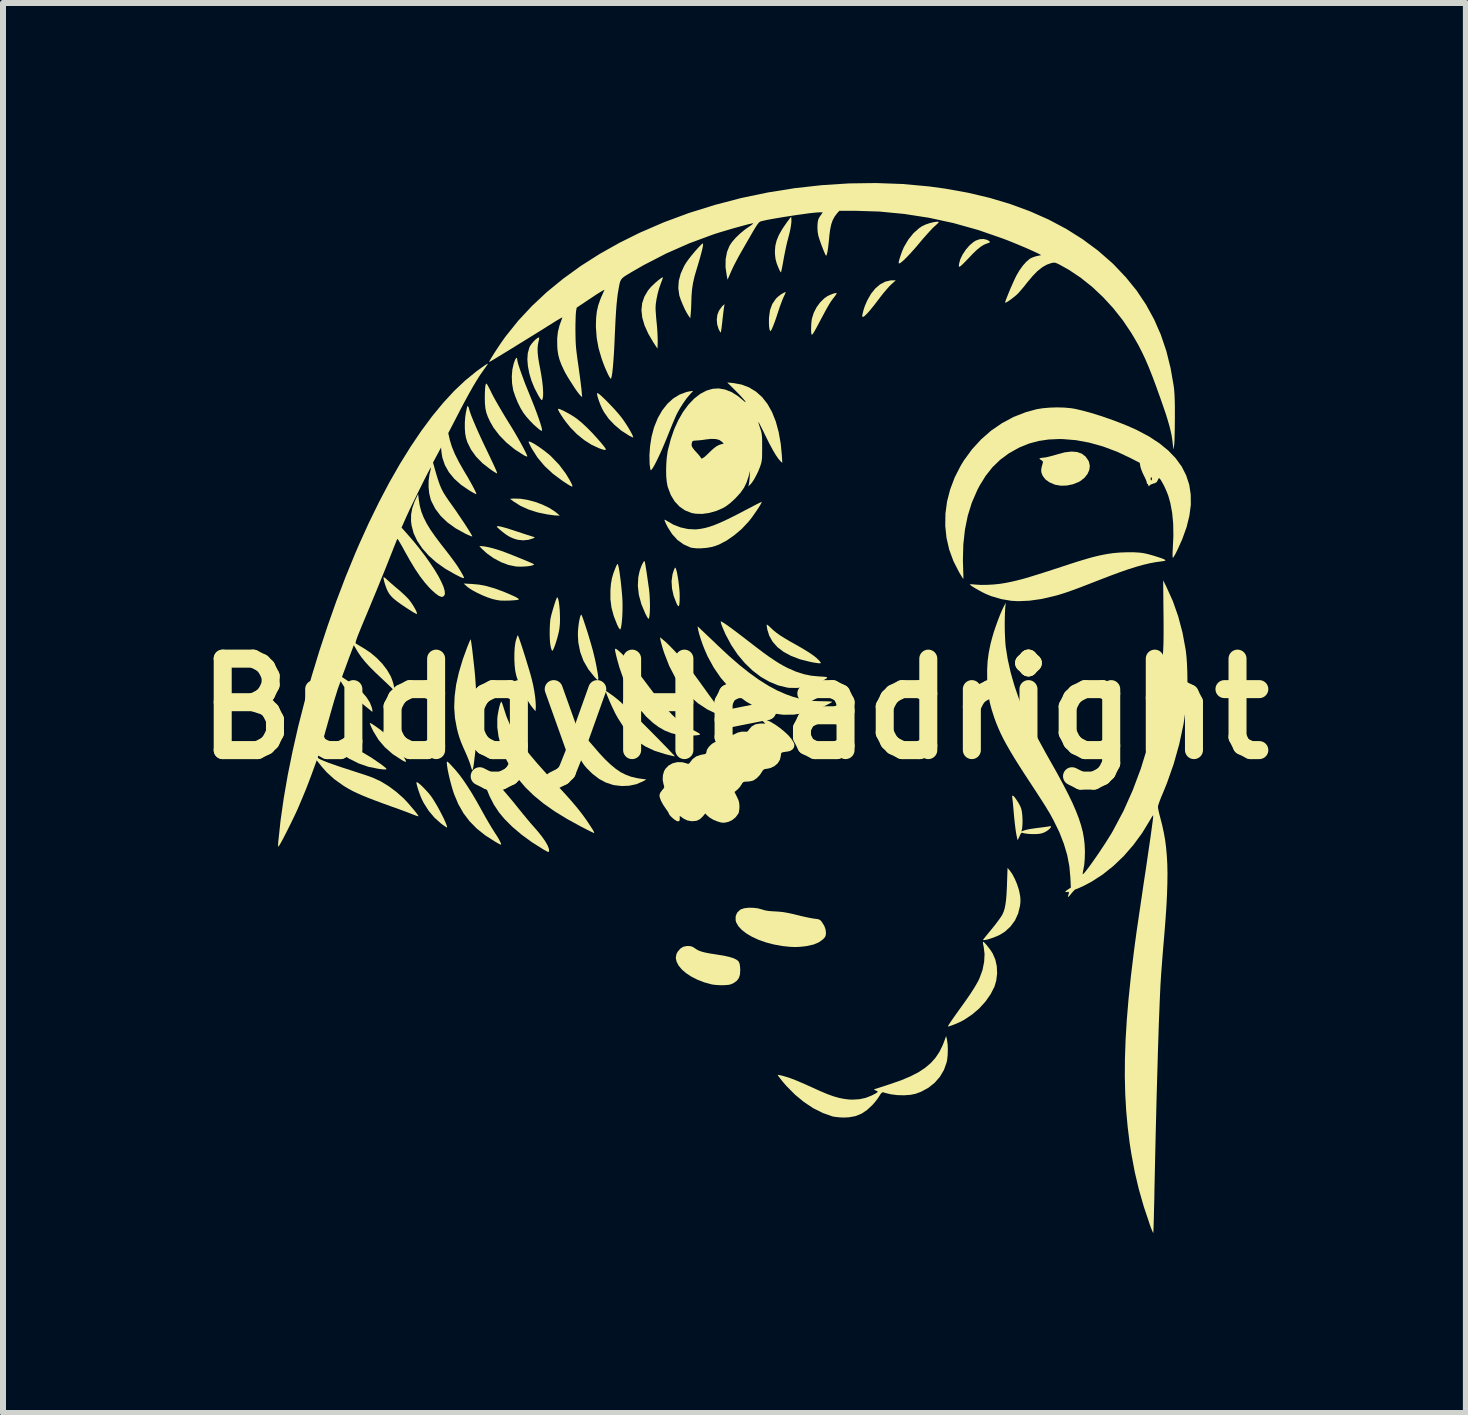
<source format=kicad_pcb>
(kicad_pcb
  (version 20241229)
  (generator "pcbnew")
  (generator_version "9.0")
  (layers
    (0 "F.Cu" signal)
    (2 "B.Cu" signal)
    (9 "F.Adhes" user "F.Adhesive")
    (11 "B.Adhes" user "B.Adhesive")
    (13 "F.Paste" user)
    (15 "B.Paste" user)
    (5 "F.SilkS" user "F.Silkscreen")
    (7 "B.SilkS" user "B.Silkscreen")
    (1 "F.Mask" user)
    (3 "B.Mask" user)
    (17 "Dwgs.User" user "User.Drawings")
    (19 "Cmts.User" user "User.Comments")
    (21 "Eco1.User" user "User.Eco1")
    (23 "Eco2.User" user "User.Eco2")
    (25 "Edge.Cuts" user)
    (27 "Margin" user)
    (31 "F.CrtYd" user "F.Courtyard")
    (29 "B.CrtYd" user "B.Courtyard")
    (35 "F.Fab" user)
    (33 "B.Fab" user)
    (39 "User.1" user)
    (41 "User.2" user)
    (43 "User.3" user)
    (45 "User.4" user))
  (footprint "BudgyHeadright"
    (layer "F.Cu")
    (at 9.188 8.759)
    (property "Reference" "BudgyHeadright" (at 0 0 0) (layer "F.SilkS") (effects (font (size 1.524 1.524) (thickness 0.3))))
    (attr board_only exclude_from_pos_files exclude_from_bom)
    (fp_poly (pts (xy -3.569 -3.499) (xy -3.449 -3.48) (xy -3.324 -3.447) (xy -3.202 -3.402) (xy -3.089 -3.348) (xy -2.991 -3.285) (xy -2.957 -3.258) (xy -2.911 -3.218) (xy -2.957 -3.219) (xy -2.991 -3.221) (xy -3.041 -3.227) (xy -3.099 -3.235) (xy -3.12 -3.238) (xy -3.28 -3.271) (xy -3.43 -3.319) (xy -3.564 -3.379) (xy -3.676 -3.45) (xy -3.74 -3.497) (xy -3.677 -3.502)) (stroke (width 0) (type solid)) (fill yes) (layer "F.SilkS"))
    (fp_poly (pts (xy -6.718 0.54) (xy -6.603 0.56) (xy -6.476 0.6) (xy -6.339 0.656) (xy -6.197 0.727) (xy -6.053 0.813) (xy -5.911 0.91) (xy -5.884 0.929) (xy -5.835 0.967) (xy -5.806 0.992) (xy -5.798 1.006) (xy -5.812 1.012) (xy -5.85 1.011) (xy -5.911 1.004) (xy -5.933 1.001) (xy -6.099 0.968) (xy -6.263 0.911) (xy -6.422 0.831) (xy -6.572 0.732) (xy -6.697 0.624) (xy -6.793 0.532)) (stroke (width 0) (type solid)) (fill yes) (layer "F.SilkS"))
    (fp_poly (pts (xy -0.174 -6.689) (xy -0.179 -6.656) (xy -0.185 -6.605) (xy -0.193 -6.54) (xy -0.201 -6.47) (xy -0.202 -6.455) (xy -0.21 -6.389) (xy -0.217 -6.333) (xy -0.223 -6.292) (xy -0.227 -6.27) (xy -0.228 -6.267) (xy -0.236 -6.275) (xy -0.251 -6.3) (xy -0.264 -6.325) (xy -0.288 -6.402) (xy -0.295 -6.484) (xy -0.285 -6.564) (xy -0.259 -6.63) (xy -0.232 -6.67) (xy -0.206 -6.704) (xy -0.195 -6.715) (xy -0.165 -6.741)) (stroke (width 0) (type solid)) (fill yes) (layer "F.SilkS"))
    (fp_poly (pts (xy -0.98 -2.344) (xy -0.97 -2.315) (xy -0.958 -2.269) (xy -0.947 -2.21) (xy -0.936 -2.142) (xy -0.927 -2.07) (xy -0.919 -1.998) (xy -0.914 -1.93) (xy -0.913 -1.871) (xy -0.913 -1.871) (xy -0.914 -1.794) (xy -0.918 -1.742) (xy -0.924 -1.714) (xy -0.933 -1.707) (xy -0.947 -1.721) (xy -0.965 -1.755) (xy -0.967 -1.759) (xy -1.014 -1.882) (xy -1.041 -2.005) (xy -1.048 -2.125) (xy -1.033 -2.236) (xy -1.023 -2.27) (xy -1.009 -2.311) (xy -0.996 -2.341) (xy -0.989 -2.352)) (stroke (width 0) (type solid)) (fill yes) (layer "F.SilkS"))
    (fp_poly (pts (xy -6.063 0.241) (xy -6.034 0.257) (xy -5.993 0.284) (xy -5.945 0.318) (xy -5.895 0.355) (xy -5.847 0.394) (xy -5.805 0.43) (xy -5.801 0.434) (xy -5.672 0.57) (xy -5.558 0.727) (xy -5.531 0.77) (xy -5.497 0.827) (xy -5.478 0.863) (xy -5.473 0.882) (xy -5.483 0.885) (xy -5.509 0.874) (xy -5.543 0.855) (xy -5.695 0.756) (xy -5.824 0.643) (xy -5.931 0.518) (xy -6.015 0.38) (xy -6.018 0.375) (xy -6.044 0.322) (xy -6.063 0.279) (xy -6.075 0.249) (xy -6.077 0.238)) (stroke (width 0) (type solid)) (fill yes) (layer "F.SilkS"))
    (fp_poly (pts (xy -4.377 -2.079) (xy -4.255 -2.068) (xy -4.129 -2.043) (xy -3.994 -2.004) (xy -3.847 -1.95) (xy -3.687 -1.881) (xy -3.632 -1.854) (xy -3.6 -1.834) (xy -3.593 -1.821) (xy -3.594 -1.82) (xy -3.611 -1.814) (xy -3.649 -1.809) (xy -3.702 -1.805) (xy -3.76 -1.802) (xy -3.834 -1.801) (xy -3.892 -1.802) (xy -3.942 -1.808) (xy -3.995 -1.819) (xy -4.035 -1.829) (xy -4.114 -1.855) (xy -4.2 -1.89) (xy -4.287 -1.931) (xy -4.367 -1.974) (xy -4.433 -2.017) (xy -4.461 -2.04) (xy -4.513 -2.086)) (stroke (width 0) (type solid)) (fill yes) (layer "F.SilkS"))
    (fp_poly (pts (xy 2.612 -7.07) (xy 2.577 -7.035) (xy 2.532 -6.984) (xy 2.481 -6.924) (xy 2.43 -6.859) (xy 2.406 -6.827) (xy 2.332 -6.73) (xy 2.269 -6.652) (xy 2.217 -6.592) (xy 2.176 -6.551) (xy 2.147 -6.53) (xy 2.131 -6.53) (xy 2.129 -6.551) (xy 2.131 -6.562) (xy 2.147 -6.631) (xy 2.164 -6.687) (xy 2.184 -6.739) (xy 2.211 -6.799) (xy 2.217 -6.812) (xy 2.278 -6.918) (xy 2.349 -7.005) (xy 2.427 -7.071) (xy 2.512 -7.116) (xy 2.601 -7.137) (xy 2.63 -7.138) (xy 2.688 -7.138)) (stroke (width 0) (type solid)) (fill yes) (layer "F.SilkS"))
    (fp_poly (pts (xy -3.414 -4.451) (xy -3.377 -4.436) (xy -3.326 -4.407) (xy -3.265 -4.368) (xy -3.2 -4.322) (xy -3.136 -4.273) (xy -3.077 -4.225) (xy -3.055 -4.204) (xy -2.923 -4.067) (xy -2.812 -3.919) (xy -2.75 -3.817) (xy -2.721 -3.763) (xy -2.704 -3.727) (xy -2.699 -3.706) (xy -2.709 -3.702) (xy -2.735 -3.714) (xy -2.78 -3.74) (xy -2.843 -3.782) (xy -2.859 -3.792) (xy -3.023 -3.913) (xy -3.163 -4.043) (xy -3.281 -4.183) (xy -3.378 -4.336) (xy -3.383 -4.346) (xy -3.41 -4.398) (xy -3.425 -4.43) (xy -3.43 -4.447) (xy -3.426 -4.453)) (stroke (width 0) (type solid)) (fill yes) (layer "F.SilkS"))
    (fp_poly (pts (xy -3.927 -3.041) (xy -3.883 -3.032) (xy -3.82 -3.015) (xy -3.735 -2.989) (xy -3.628 -2.954) (xy -3.615 -2.95) (xy -3.537 -2.924) (xy -3.467 -2.901) (xy -3.409 -2.883) (xy -3.366 -2.869) (xy -3.342 -2.862) (xy -3.341 -2.862) (xy -3.329 -2.857) (xy -3.336 -2.848) (xy -3.364 -2.835) (xy -3.436 -2.814) (xy -3.52 -2.806) (xy -3.603 -2.814) (xy -3.634 -2.821) (xy -3.686 -2.838) (xy -3.738 -2.861) (xy -3.759 -2.872) (xy -3.797 -2.896) (xy -3.84 -2.927) (xy -3.883 -2.961) (xy -3.92 -2.993) (xy -3.948 -3.018) (xy -3.96 -3.034) (xy -3.96 -3.035) (xy -3.952 -3.042)) (stroke (width 0) (type solid)) (fill yes) (layer "F.SilkS"))
    (fp_poly (pts (xy 0.851 -6.932) (xy 0.84 -6.905) (xy 0.822 -6.868) (xy 0.804 -6.826) (xy 0.781 -6.767) (xy 0.756 -6.699) (xy 0.732 -6.628) (xy 0.731 -6.624) (xy 0.7 -6.529) (xy 0.671 -6.446) (xy 0.645 -6.379) (xy 0.624 -6.329) (xy 0.607 -6.299) (xy 0.599 -6.291) (xy 0.59 -6.303) (xy 0.582 -6.332) (xy 0.579 -6.351) (xy 0.575 -6.392) (xy 0.574 -6.449) (xy 0.575 -6.51) (xy 0.576 -6.523) (xy 0.592 -6.64) (xy 0.629 -6.742) (xy 0.687 -6.827) (xy 0.701 -6.843) (xy 0.734 -6.873) (xy 0.774 -6.903) (xy 0.814 -6.927) (xy 0.844 -6.941) (xy 0.853 -6.943)) (stroke (width 0) (type solid)) (fill yes) (layer "F.SilkS"))
    (fp_poly (pts (xy 0.949 -8.155) (xy 0.948 -8.103) (xy 0.939 -8.032) (xy 0.922 -7.946) (xy 0.898 -7.852) (xy 0.892 -7.828) (xy 0.878 -7.777) (xy 0.862 -7.706) (xy 0.845 -7.626) (xy 0.828 -7.541) (xy 0.82 -7.497) (xy 0.807 -7.424) (xy 0.795 -7.361) (xy 0.785 -7.311) (xy 0.778 -7.28) (xy 0.775 -7.27) (xy 0.767 -7.278) (xy 0.752 -7.304) (xy 0.737 -7.336) (xy 0.704 -7.42) (xy 0.684 -7.494) (xy 0.675 -7.571) (xy 0.674 -7.627) (xy 0.681 -7.715) (xy 0.703 -7.804) (xy 0.741 -7.895) (xy 0.797 -7.994) (xy 0.872 -8.103) (xy 0.881 -8.115) (xy 0.944 -8.2)) (stroke (width 0) (type solid)) (fill yes) (layer "F.SilkS"))
    (fp_poly (pts (xy 4.21 -7.812) (xy 4.222 -7.806) (xy 4.247 -7.789) (xy 4.259 -7.776) (xy 4.259 -7.776) (xy 4.248 -7.767) (xy 4.22 -7.756) (xy 4.21 -7.753) (xy 4.158 -7.732) (xy 4.104 -7.699) (xy 4.044 -7.651) (xy 3.976 -7.586) (xy 3.915 -7.522) (xy 3.867 -7.472) (xy 3.824 -7.428) (xy 3.789 -7.394) (xy 3.765 -7.374) (xy 3.761 -7.371) (xy 3.745 -7.364) (xy 3.738 -7.37) (xy 3.74 -7.394) (xy 3.742 -7.412) (xy 3.762 -7.487) (xy 3.801 -7.568) (xy 3.854 -7.648) (xy 3.915 -7.719) (xy 3.982 -7.776) (xy 4.022 -7.801) (xy 4.086 -7.823) (xy 4.152 -7.827)) (stroke (width 0) (type solid)) (fill yes) (layer "F.SilkS"))
    (fp_poly (pts (xy -4.213 -2.709) (xy -4.171 -2.705) (xy -4.111 -2.694) (xy -4.039 -2.677) (xy -3.963 -2.655) (xy -3.921 -2.642) (xy -3.884 -2.629) (xy -3.831 -2.61) (xy -3.766 -2.585) (xy -3.695 -2.557) (xy -3.62 -2.527) (xy -3.546 -2.497) (xy -3.478 -2.469) (xy -3.42 -2.444) (xy -3.375 -2.425) (xy -3.348 -2.412) (xy -3.343 -2.409) (xy -3.343 -2.399) (xy -3.365 -2.389) (xy -3.404 -2.38) (xy -3.453 -2.373) (xy -3.51 -2.369) (xy -3.568 -2.367) (xy -3.623 -2.369) (xy -3.647 -2.371) (xy -3.767 -2.396) (xy -3.891 -2.443) (xy -4.011 -2.507) (xy -4.123 -2.586) (xy -4.207 -2.663) (xy -4.251 -2.709)) (stroke (width 0) (type solid)) (fill yes) (layer "F.SilkS"))
    (fp_poly (pts (xy -2.924 -4.996) (xy -2.891 -4.984) (xy -2.845 -4.963) (xy -2.793 -4.935) (xy -2.737 -4.904) (xy -2.683 -4.871) (xy -2.637 -4.84) (xy -2.625 -4.831) (xy -2.545 -4.766) (xy -2.455 -4.682) (xy -2.359 -4.584) (xy -2.261 -4.475) (xy -2.223 -4.431) (xy -2.178 -4.376) (xy -2.151 -4.339) (xy -2.143 -4.318) (xy -2.155 -4.311) (xy -2.187 -4.317) (xy -2.241 -4.335) (xy -2.263 -4.343) (xy -2.383 -4.399) (xy -2.505 -4.477) (xy -2.622 -4.572) (xy -2.731 -4.682) (xy -2.804 -4.772) (xy -2.849 -4.833) (xy -2.887 -4.891) (xy -2.917 -4.939) (xy -2.935 -4.975) (xy -2.941 -4.995) (xy -2.94 -4.997)) (stroke (width 0) (type solid)) (fill yes) (layer "F.SilkS"))
    (fp_poly (pts (xy -1.497 -2.455) (xy -1.491 -2.434) (xy -1.484 -2.396) (xy -1.475 -2.341) (xy -1.463 -2.265) (xy -1.449 -2.168) (xy -1.432 -2.047) (xy -1.425 -1.999) (xy -1.417 -1.928) (xy -1.412 -1.851) (xy -1.409 -1.772) (xy -1.408 -1.696) (xy -1.41 -1.626) (xy -1.414 -1.568) (xy -1.42 -1.525) (xy -1.428 -1.501) (xy -1.433 -1.498) (xy -1.443 -1.509) (xy -1.46 -1.537) (xy -1.481 -1.578) (xy -1.484 -1.582) (xy -1.551 -1.741) (xy -1.593 -1.896) (xy -1.61 -2.045) (xy -1.603 -2.189) (xy -1.581 -2.292) (xy -1.564 -2.343) (xy -1.545 -2.392) (xy -1.525 -2.431) (xy -1.509 -2.456) (xy -1.501 -2.462)) (stroke (width 0) (type solid)) (fill yes) (layer "F.SilkS"))
    (fp_poly (pts (xy 0.55 -1.397) (xy 0.574 -1.377) (xy 0.606 -1.347) (xy 0.608 -1.345) (xy 0.652 -1.304) (xy 0.703 -1.263) (xy 0.763 -1.22) (xy 0.837 -1.174) (xy 0.928 -1.12) (xy 1.009 -1.075) (xy 1.13 -1.006) (xy 1.229 -0.945) (xy 1.308 -0.892) (xy 1.369 -0.844) (xy 1.413 -0.801) (xy 1.43 -0.779) (xy 1.44 -0.762) (xy 1.43 -0.757) (xy 1.411 -0.757) (xy 1.382 -0.76) (xy 1.335 -0.767) (xy 1.28 -0.777) (xy 1.257 -0.782) (xy 1.09 -0.824) (xy 0.944 -0.88) (xy 0.819 -0.947) (xy 0.716 -1.026) (xy 0.636 -1.116) (xy 0.579 -1.217) (xy 0.547 -1.32) (xy 0.54 -1.361) (xy 0.537 -1.391) (xy 0.538 -1.402)) (stroke (width 0) (type solid)) (fill yes) (layer "F.SilkS"))
    (fp_poly (pts (xy 3.398 -8.114) (xy 3.405 -8.11) (xy 3.398 -8.098) (xy 3.376 -8.076) (xy 3.338 -8.042) (xy 3.302 -8.008) (xy 3.255 -7.958) (xy 3.201 -7.898) (xy 3.143 -7.833) (xy 3.097 -7.778) (xy 3.015 -7.681) (xy 2.941 -7.598) (xy 2.876 -7.529) (xy 2.823 -7.476) (xy 2.781 -7.44) (xy 2.752 -7.421) (xy 2.737 -7.422) (xy 2.735 -7.429) (xy 2.74 -7.458) (xy 2.752 -7.503) (xy 2.77 -7.557) (xy 2.79 -7.614) (xy 2.811 -7.664) (xy 2.823 -7.692) (xy 2.897 -7.817) (xy 2.982 -7.923) (xy 3.075 -8.006) (xy 3.127 -8.041) (xy 3.182 -8.067) (xy 3.249 -8.09) (xy 3.316 -8.107) (xy 3.373 -8.115) (xy 3.38 -8.115)) (stroke (width 0) (type solid)) (fill yes) (layer "F.SilkS"))
    (fp_poly (pts (xy -5.264 1.24) (xy -5.229 1.269) (xy -5.189 1.308) (xy -5.145 1.353) (xy -5.102 1.4) (xy -5.064 1.447) (xy -5.054 1.46) (xy -5.022 1.507) (xy -4.987 1.564) (xy -4.949 1.628) (xy -4.912 1.696) (xy -4.876 1.765) (xy -4.844 1.829) (xy -4.818 1.887) (xy -4.799 1.934) (xy -4.789 1.966) (xy -4.79 1.979) (xy -4.791 1.98) (xy -4.805 1.972) (xy -4.834 1.953) (xy -4.873 1.925) (xy -4.888 1.914) (xy -4.997 1.817) (xy -5.095 1.701) (xy -5.177 1.572) (xy -5.21 1.507) (xy -5.232 1.455) (xy -5.253 1.397) (xy -5.273 1.339) (xy -5.288 1.287) (xy -5.298 1.247) (xy -5.299 1.225) (xy -5.299 1.224) (xy -5.288 1.224)) (stroke (width 0) (type solid)) (fill yes) (layer "F.SilkS"))
    (fp_poly (pts (xy -3.254 -6.176) (xy -3.258 -6.147) (xy -3.265 -6.119) (xy -3.276 -6.062) (xy -3.281 -6) (xy -3.279 -5.93) (xy -3.27 -5.846) (xy -3.253 -5.744) (xy -3.236 -5.657) (xy -3.217 -5.549) (xy -3.202 -5.446) (xy -3.192 -5.352) (xy -3.188 -5.272) (xy -3.189 -5.207) (xy -3.197 -5.163) (xy -3.201 -5.151) (xy -3.21 -5.143) (xy -3.221 -5.149) (xy -3.238 -5.171) (xy -3.264 -5.213) (xy -3.267 -5.218) (xy -3.331 -5.34) (xy -3.382 -5.464) (xy -3.419 -5.589) (xy -3.442 -5.709) (xy -3.451 -5.822) (xy -3.444 -5.924) (xy -3.42 -6.011) (xy -3.406 -6.043) (xy -3.379 -6.082) (xy -3.345 -6.122) (xy -3.309 -6.157) (xy -3.276 -6.18) (xy -3.256 -6.187)) (stroke (width 0) (type solid)) (fill yes) (layer "F.SilkS"))
    (fp_poly (pts (xy -2.547 -1.559) (xy -2.534 -1.528) (xy -2.516 -1.479) (xy -2.495 -1.416) (xy -2.471 -1.343) (xy -2.445 -1.263) (xy -2.42 -1.179) (xy -2.395 -1.096) (xy -2.373 -1.018) (xy -2.358 -0.964) (xy -2.339 -0.887) (xy -2.32 -0.805) (xy -2.303 -0.724) (xy -2.289 -0.647) (xy -2.277 -0.581) (xy -2.27 -0.529) (xy -2.269 -0.496) (xy -2.269 -0.492) (xy -2.273 -0.48) (xy -2.284 -0.482) (xy -2.304 -0.499) (xy -2.332 -0.529) (xy -2.436 -0.659) (xy -2.516 -0.798) (xy -2.571 -0.947) (xy -2.602 -1.105) (xy -2.609 -1.224) (xy -2.608 -1.289) (xy -2.602 -1.357) (xy -2.594 -1.424) (xy -2.583 -1.484) (xy -2.572 -1.532) (xy -2.56 -1.562) (xy -2.554 -1.569)) (stroke (width 0) (type solid)) (fill yes) (layer "F.SilkS"))
    (fp_poly (pts (xy -2.255 -5.243) (xy -2.219 -5.212) (xy -2.174 -5.17) (xy -2.123 -5.12) (xy -2.069 -5.064) (xy -2.014 -5.006) (xy -1.961 -4.947) (xy -1.913 -4.891) (xy -1.874 -4.841) (xy -1.872 -4.839) (xy -1.837 -4.789) (xy -1.8 -4.734) (xy -1.765 -4.678) (xy -1.734 -4.624) (xy -1.709 -4.578) (xy -1.693 -4.543) (xy -1.687 -4.523) (xy -1.689 -4.52) (xy -1.706 -4.526) (xy -1.737 -4.541) (xy -1.765 -4.556) (xy -1.887 -4.635) (xy -1.999 -4.729) (xy -2.098 -4.834) (xy -2.176 -4.945) (xy -2.178 -4.95) (xy -2.205 -5.001) (xy -2.232 -5.06) (xy -2.256 -5.122) (xy -2.275 -5.179) (xy -2.287 -5.226) (xy -2.29 -5.257) (xy -2.29 -5.259) (xy -2.28 -5.259)) (stroke (width 0) (type solid)) (fill yes) (layer "F.SilkS"))
    (fp_poly (pts (xy -1.94 -2.399) (xy -1.939 -2.396) (xy -1.929 -2.355) (xy -1.918 -2.294) (xy -1.907 -2.217) (xy -1.896 -2.13) (xy -1.886 -2.038) (xy -1.877 -1.947) (xy -1.87 -1.862) (xy -1.866 -1.791) (xy -1.865 -1.709) (xy -1.866 -1.625) (xy -1.869 -1.544) (xy -1.875 -1.469) (xy -1.882 -1.405) (xy -1.89 -1.356) (xy -1.899 -1.327) (xy -1.904 -1.321) (xy -1.914 -1.328) (xy -1.932 -1.354) (xy -1.951 -1.393) (xy -1.953 -1.396) (xy -2.011 -1.543) (xy -2.049 -1.683) (xy -2.067 -1.823) (xy -2.067 -1.971) (xy -2.067 -1.977) (xy -2.058 -2.082) (xy -2.042 -2.173) (xy -2.017 -2.259) (xy -1.984 -2.344) (xy -1.966 -2.386) (xy -1.954 -2.408) (xy -1.946 -2.411)) (stroke (width 0) (type solid)) (fill yes) (layer "F.SilkS"))
    (fp_poly (pts (xy -5.818 -2.176) (xy -5.793 -2.154) (xy -5.76 -2.124) (xy -5.714 -2.083) (xy -5.661 -2.037) (xy -5.62 -2.003) (xy -5.564 -1.955) (xy -5.508 -1.904) (xy -5.46 -1.857) (xy -5.435 -1.831) (xy -5.402 -1.79) (xy -5.368 -1.742) (xy -5.337 -1.691) (xy -5.311 -1.644) (xy -5.294 -1.605) (xy -5.29 -1.58) (xy -5.29 -1.578) (xy -5.302 -1.581) (xy -5.332 -1.596) (xy -5.375 -1.622) (xy -5.429 -1.656) (xy -5.471 -1.683) (xy -5.557 -1.741) (xy -5.624 -1.79) (xy -5.676 -1.831) (xy -5.715 -1.869) (xy -5.746 -1.906) (xy -5.77 -1.944) (xy -5.775 -1.953) (xy -5.796 -1.998) (xy -5.816 -2.053) (xy -5.834 -2.11) (xy -5.845 -2.159) (xy -5.849 -2.187) (xy -5.84 -2.191)) (stroke (width 0) (type solid)) (fill yes) (layer "F.SilkS"))
    (fp_poly (pts (xy 1.702 -6.925) (xy 1.699 -6.912) (xy 1.682 -6.886) (xy 1.664 -6.862) (xy 1.637 -6.827) (xy 1.611 -6.791) (xy 1.584 -6.749) (xy 1.554 -6.698) (xy 1.518 -6.634) (xy 1.475 -6.553) (xy 1.437 -6.483) (xy 1.392 -6.398) (xy 1.358 -6.334) (xy 1.332 -6.288) (xy 1.314 -6.258) (xy 1.301 -6.24) (xy 1.293 -6.233) (xy 1.287 -6.234) (xy 1.285 -6.235) (xy 1.28 -6.254) (xy 1.277 -6.291) (xy 1.277 -6.341) (xy 1.279 -6.396) (xy 1.283 -6.45) (xy 1.29 -6.496) (xy 1.291 -6.502) (xy 1.321 -6.597) (xy 1.368 -6.689) (xy 1.428 -6.771) (xy 1.496 -6.838) (xy 1.543 -6.871) (xy 1.586 -6.893) (xy 1.631 -6.911) (xy 1.67 -6.923) (xy 1.696 -6.927)) (stroke (width 0) (type solid)) (fill yes) (layer "F.SilkS"))
    (fp_poly (pts (xy -2.947 -1.852) (xy -2.937 -1.827) (xy -2.927 -1.783) (xy -2.919 -1.722) (xy -2.912 -1.648) (xy -2.909 -1.583) (xy -2.907 -1.489) (xy -2.909 -1.413) (xy -2.916 -1.344) (xy -2.923 -1.298) (xy -2.936 -1.242) (xy -2.952 -1.18) (xy -2.971 -1.117) (xy -2.99 -1.059) (xy -3.008 -1.011) (xy -3.024 -0.978) (xy -3.035 -0.964) (xy -3.035 -0.964) (xy -3.044 -0.975) (xy -3.055 -1.006) (xy -3.063 -1.039) (xy -3.072 -1.094) (xy -3.077 -1.167) (xy -3.079 -1.251) (xy -3.078 -1.337) (xy -3.074 -1.418) (xy -3.068 -1.487) (xy -3.062 -1.517) (xy -3.051 -1.565) (xy -3.035 -1.622) (xy -3.017 -1.683) (xy -2.999 -1.742) (xy -2.982 -1.794) (xy -2.967 -1.833) (xy -2.958 -1.853) (xy -2.957 -1.854)) (stroke (width 0) (type solid)) (fill yes) (layer "F.SilkS"))
    (fp_poly (pts (xy -1.193 -7.188) (xy -1.195 -7.175) (xy -1.205 -7.144) (xy -1.222 -7.1) (xy -1.227 -7.086) (xy -1.256 -7.004) (xy -1.281 -6.912) (xy -1.3 -6.82) (xy -1.312 -6.735) (xy -1.315 -6.682) (xy -1.314 -6.643) (xy -1.31 -6.585) (xy -1.305 -6.515) (xy -1.298 -6.44) (xy -1.295 -6.415) (xy -1.288 -6.335) (xy -1.283 -6.254) (xy -1.28 -6.179) (xy -1.279 -6.12) (xy -1.279 -6.11) (xy -1.283 -6) (xy -1.351 -6.103) (xy -1.437 -6.25) (xy -1.499 -6.388) (xy -1.537 -6.519) (xy -1.55 -6.641) (xy -1.538 -6.757) (xy -1.502 -6.865) (xy -1.442 -6.967) (xy -1.395 -7.024) (xy -1.359 -7.06) (xy -1.318 -7.098) (xy -1.276 -7.134) (xy -1.238 -7.164) (xy -1.209 -7.183) (xy -1.193 -7.189)) (stroke (width 0) (type solid)) (fill yes) (layer "F.SilkS"))
    (fp_poly (pts (xy -5.26 -3.484) (xy -5.244 -3.383) (xy -5.218 -3.286) (xy -5.18 -3.189) (xy -5.13 -3.089) (xy -5.066 -2.983) (xy -4.984 -2.866) (xy -4.89 -2.741) (xy -4.81 -2.639) (xy -4.744 -2.553) (xy -4.691 -2.482) (xy -4.647 -2.422) (xy -4.611 -2.369) (xy -4.581 -2.321) (xy -4.566 -2.296) (xy -4.539 -2.25) (xy -4.519 -2.213) (xy -4.508 -2.19) (xy -4.507 -2.185) (xy -4.511 -2.177) (xy -4.524 -2.178) (xy -4.55 -2.187) (xy -4.592 -2.207) (xy -4.653 -2.238) (xy -4.657 -2.24) (xy -4.824 -2.336) (xy -4.971 -2.441) (xy -5.098 -2.554) (xy -5.203 -2.673) (xy -5.286 -2.796) (xy -5.346 -2.924) (xy -5.38 -3.054) (xy -5.389 -3.125) (xy -5.388 -3.234) (xy -5.37 -3.337) (xy -5.333 -3.444) (xy -5.312 -3.491) (xy -5.271 -3.576)) (stroke (width 0) (type solid)) (fill yes) (layer "F.SilkS"))
    (fp_poly (pts (xy -4.183 1.015) (xy -4.147 1.045) (xy -4.097 1.092) (xy -4.037 1.153) (xy -3.969 1.227) (xy -3.895 1.308) (xy -3.819 1.395) (xy -3.743 1.485) (xy -3.669 1.574) (xy -3.638 1.613) (xy -3.576 1.69) (xy -3.515 1.765) (xy -3.457 1.835) (xy -3.407 1.895) (xy -3.367 1.941) (xy -3.35 1.96) (xy -3.27 2.052) (xy -3.203 2.137) (xy -3.15 2.214) (xy -3.112 2.281) (xy -3.092 2.336) (xy -3.089 2.371) (xy -3.093 2.383) (xy -3.102 2.386) (xy -3.122 2.379) (xy -3.156 2.36) (xy -3.18 2.347) (xy -3.371 2.227) (xy -3.545 2.1) (xy -3.7 1.969) (xy -3.833 1.836) (xy -3.924 1.726) (xy -4.007 1.601) (xy -4.08 1.459) (xy -4.142 1.307) (xy -4.188 1.153) (xy -4.211 1.038) (xy -4.219 0.989)) (stroke (width 0) (type solid)) (fill yes) (layer "F.SilkS"))
    (fp_poly (pts (xy -3.603 -1.212) (xy -3.591 -1.179) (xy -3.573 -1.128) (xy -3.551 -1.063) (xy -3.526 -0.987) (xy -3.5 -0.904) (xy -3.473 -0.818) (xy -3.447 -0.733) (xy -3.422 -0.651) (xy -3.4 -0.576) (xy -3.383 -0.513) (xy -3.375 -0.482) (xy -3.353 -0.388) (xy -3.335 -0.29) (xy -3.321 -0.195) (xy -3.313 -0.11) (xy -3.31 -0.04) (xy -3.311 -0.015) (xy -3.315 0.041) (xy -3.342 0.011) (xy -3.392 -0.052) (xy -3.445 -0.134) (xy -3.498 -0.229) (xy -3.549 -0.329) (xy -3.593 -0.429) (xy -3.627 -0.523) (xy -3.636 -0.554) (xy -3.653 -0.631) (xy -3.663 -0.724) (xy -3.668 -0.827) (xy -3.667 -0.931) (xy -3.661 -1.028) (xy -3.649 -1.111) (xy -3.642 -1.136) (xy -3.629 -1.18) (xy -3.618 -1.211) (xy -3.61 -1.224) (xy -3.61 -1.224)) (stroke (width 0) (type solid)) (fill yes) (layer "F.SilkS"))
    (fp_poly (pts (xy -0.524 -7.752) (xy -0.524 -7.728) (xy -0.531 -7.682) (xy -0.546 -7.618) (xy -0.567 -7.539) (xy -0.593 -7.448) (xy -0.623 -7.348) (xy -0.626 -7.338) (xy -0.664 -7.21) (xy -0.69 -7.097) (xy -0.707 -6.988) (xy -0.716 -6.875) (xy -0.718 -6.806) (xy -0.72 -6.739) (xy -0.723 -6.667) (xy -0.727 -6.606) (xy -0.728 -6.597) (xy -0.736 -6.506) (xy -0.765 -6.547) (xy -0.796 -6.597) (xy -0.83 -6.662) (xy -0.863 -6.736) (xy -0.893 -6.809) (xy -0.915 -6.874) (xy -0.92 -6.891) (xy -0.936 -7.008) (xy -0.928 -7.13) (xy -0.895 -7.253) (xy -0.839 -7.376) (xy -0.806 -7.431) (xy -0.775 -7.475) (xy -0.737 -7.525) (xy -0.695 -7.577) (xy -0.652 -7.628) (xy -0.61 -7.675) (xy -0.573 -7.714) (xy -0.545 -7.741) (xy -0.527 -7.753)) (stroke (width 0) (type solid)) (fill yes) (layer "F.SilkS"))
    (fp_poly (pts (xy -4.433 -5.03) (xy -4.424 -5.002) (xy -4.424 -5.002) (xy -4.411 -4.956) (xy -4.388 -4.89) (xy -4.354 -4.806) (xy -4.312 -4.706) (xy -4.262 -4.593) (xy -4.205 -4.469) (xy -4.152 -4.357) (xy -4.097 -4.243) (xy -4.053 -4.15) (xy -4.018 -4.076) (xy -3.992 -4.019) (xy -3.974 -3.978) (xy -3.962 -3.949) (xy -3.956 -3.932) (xy -3.955 -3.923) (xy -3.958 -3.921) (xy -3.972 -3.928) (xy -4.003 -3.946) (xy -4.044 -3.973) (xy -4.074 -3.994) (xy -4.2 -4.092) (xy -4.306 -4.201) (xy -4.39 -4.318) (xy -4.451 -4.441) (xy -4.474 -4.514) (xy -4.487 -4.586) (xy -4.493 -4.674) (xy -4.493 -4.769) (xy -4.486 -4.863) (xy -4.475 -4.935) (xy -4.465 -4.981) (xy -4.458 -5.017) (xy -4.455 -5.035) (xy -4.455 -5.035) (xy -4.445 -5.041) (xy -4.443 -5.041)) (stroke (width 0) (type solid)) (fill yes) (layer "F.SilkS"))
    (fp_poly (pts (xy -3.621 -5.831) (xy -3.621 -5.822) (xy -3.616 -5.792) (xy -3.603 -5.741) (xy -3.581 -5.673) (xy -3.553 -5.592) (xy -3.52 -5.502) (xy -3.484 -5.405) (xy -3.444 -5.307) (xy -3.429 -5.27) (xy -3.378 -5.144) (xy -3.332 -5.028) (xy -3.292 -4.922) (xy -3.259 -4.829) (xy -3.233 -4.751) (xy -3.215 -4.69) (xy -3.207 -4.649) (xy -3.208 -4.629) (xy -3.208 -4.629) (xy -3.221 -4.633) (xy -3.247 -4.65) (xy -3.277 -4.674) (xy -3.339 -4.728) (xy -3.405 -4.795) (xy -3.468 -4.866) (xy -3.518 -4.932) (xy -3.564 -5.008) (xy -3.61 -5.1) (xy -3.65 -5.198) (xy -3.682 -5.291) (xy -3.688 -5.314) (xy -3.706 -5.422) (xy -3.71 -5.539) (xy -3.701 -5.653) (xy -3.677 -5.755) (xy -3.673 -5.767) (xy -3.655 -5.814) (xy -3.639 -5.842) (xy -3.627 -5.848)) (stroke (width 0) (type solid)) (fill yes) (layer "F.SilkS"))
    (fp_poly (pts (xy 5.708 -4.278) (xy 5.787 -4.25) (xy 5.85 -4.202) (xy 5.897 -4.134) (xy 5.907 -4.111) (xy 5.921 -4.046) (xy 5.912 -3.978) (xy 5.882 -3.911) (xy 5.833 -3.849) (xy 5.768 -3.797) (xy 5.735 -3.778) (xy 5.64 -3.74) (xy 5.538 -3.719) (xy 5.437 -3.716) (xy 5.345 -3.732) (xy 5.332 -3.736) (xy 5.245 -3.774) (xy 5.181 -3.821) (xy 5.137 -3.878) (xy 5.132 -3.889) (xy 5.116 -3.929) (xy 5.11 -3.968) (xy 5.115 -4.013) (xy 5.13 -4.071) (xy 5.138 -4.097) (xy 5.138 -4.121) (xy 5.117 -4.139) (xy 5.113 -4.142) (xy 5.089 -4.157) (xy 5.08 -4.169) (xy 5.092 -4.174) (xy 5.122 -4.181) (xy 5.156 -4.184) (xy 5.2 -4.191) (xy 5.259 -4.205) (xy 5.326 -4.223) (xy 5.377 -4.238) (xy 5.503 -4.272) (xy 5.614 -4.285)) (stroke (width 0) (type solid)) (fill yes) (layer "F.SilkS"))
    (fp_poly (pts (xy -2.132 -0.291) (xy -2.104 -0.272) (xy -2.063 -0.243) (xy -2.013 -0.207) (xy -2.004 -0.2) (xy -1.958 -0.164) (xy -1.901 -0.115) (xy -1.833 -0.053) (xy -1.751 0.025) (xy -1.655 0.117) (xy -1.544 0.227) (xy -1.424 0.347) (xy -1.336 0.436) (xy -1.254 0.519) (xy -1.181 0.594) (xy -1.117 0.66) (xy -1.065 0.715) (xy -1.026 0.756) (xy -1.001 0.783) (xy -0.994 0.794) (xy -0.994 0.794) (xy -1.012 0.791) (xy -1.05 0.782) (xy -1.102 0.77) (xy -1.159 0.755) (xy -1.33 0.701) (xy -1.483 0.63) (xy -1.619 0.541) (xy -1.74 0.433) (xy -1.849 0.303) (xy -1.946 0.151) (xy -1.985 0.08) (xy -2.015 0.018) (xy -2.046 -0.047) (xy -2.076 -0.114) (xy -2.102 -0.175) (xy -2.124 -0.229) (xy -2.139 -0.269) (xy -2.145 -0.292) (xy -2.144 -0.296)) (stroke (width 0) (type solid)) (fill yes) (layer "F.SilkS"))
    (fp_poly (pts (xy 4.588 2.697) (xy 4.63 2.757) (xy 4.671 2.835) (xy 4.708 2.922) (xy 4.737 3.011) (xy 4.75 3.066) (xy 4.761 3.13) (xy 4.765 3.18) (xy 4.764 3.229) (xy 4.757 3.288) (xy 4.726 3.414) (xy 4.673 3.529) (xy 4.599 3.629) (xy 4.507 3.714) (xy 4.422 3.767) (xy 4.372 3.79) (xy 4.317 3.812) (xy 4.262 3.831) (xy 4.212 3.846) (xy 4.172 3.854) (xy 4.147 3.855) (xy 4.142 3.85) (xy 4.15 3.839) (xy 4.172 3.811) (xy 4.205 3.77) (xy 4.247 3.719) (xy 4.284 3.674) (xy 4.334 3.612) (xy 4.382 3.549) (xy 4.423 3.493) (xy 4.453 3.448) (xy 4.464 3.429) (xy 4.484 3.384) (xy 4.501 3.331) (xy 4.514 3.267) (xy 4.525 3.188) (xy 4.533 3.091) (xy 4.539 2.974) (xy 4.542 2.886) (xy 4.55 2.652)) (stroke (width 0) (type solid)) (fill yes) (layer "F.SilkS"))
    (fp_poly (pts (xy -4.126 -5.411) (xy -4.113 -5.39) (xy -4.093 -5.353) (xy -4.064 -5.296) (xy -4.048 -5.262) (xy -4.016 -5.2) (xy -3.973 -5.122) (xy -3.922 -5.034) (xy -3.867 -4.94) (xy -3.811 -4.847) (xy -3.778 -4.793) (xy -3.72 -4.7) (xy -3.664 -4.607) (xy -3.612 -4.517) (xy -3.565 -4.434) (xy -3.524 -4.359) (xy -3.491 -4.295) (xy -3.467 -4.246) (xy -3.454 -4.214) (xy -3.453 -4.202) (xy -3.467 -4.204) (xy -3.495 -4.216) (xy -3.512 -4.225) (xy -3.662 -4.322) (xy -3.798 -4.433) (xy -3.916 -4.554) (xy -4.014 -4.682) (xy -4.074 -4.787) (xy -4.11 -4.865) (xy -4.135 -4.934) (xy -4.15 -5.004) (xy -4.158 -5.083) (xy -4.16 -5.178) (xy -4.16 -5.191) (xy -4.159 -5.258) (xy -4.156 -5.319) (xy -4.152 -5.368) (xy -4.147 -5.397) (xy -4.146 -5.399) (xy -4.141 -5.412) (xy -4.135 -5.417)) (stroke (width 0) (type solid)) (fill yes) (layer "F.SilkS"))
    (fp_poly (pts (xy -1.191 -1.15) (xy -1.146 -1.112) (xy -1.09 -1.058) (xy -1.026 -0.993) (xy -0.959 -0.922) (xy -0.894 -0.849) (xy -0.833 -0.78) (xy -0.792 -0.729) (xy -0.757 -0.684) (xy -0.71 -0.622) (xy -0.654 -0.548) (xy -0.594 -0.466) (xy -0.533 -0.381) (xy -0.488 -0.319) (xy -0.43 -0.238) (xy -0.373 -0.16) (xy -0.32 -0.087) (xy -0.275 -0.026) (xy -0.239 0.022) (xy -0.219 0.049) (xy -0.191 0.086) (xy -0.174 0.114) (xy -0.17 0.129) (xy -0.171 0.13) (xy -0.191 0.125) (xy -0.228 0.113) (xy -0.274 0.096) (xy -0.282 0.093) (xy -0.452 0.012) (xy -0.609 -0.091) (xy -0.751 -0.215) (xy -0.878 -0.36) (xy -0.99 -0.525) (xy -1.086 -0.71) (xy -1.166 -0.915) (xy -1.176 -0.944) (xy -1.196 -1.007) (xy -1.213 -1.066) (xy -1.226 -1.114) (xy -1.232 -1.139) (xy -1.241 -1.191)) (stroke (width 0) (type solid)) (fill yes) (layer "F.SilkS"))
    (fp_poly (pts (xy -0.69 -5.295) (xy -0.698 -5.285) (xy -0.72 -5.262) (xy -0.744 -5.235) (xy -0.794 -5.176) (xy -0.848 -5.1) (xy -0.902 -5.017) (xy -0.948 -4.935) (xy -0.967 -4.898) (xy -0.983 -4.862) (xy -1.007 -4.807) (xy -1.037 -4.736) (xy -1.07 -4.654) (xy -1.106 -4.565) (xy -1.132 -4.5) (xy -1.175 -4.397) (xy -1.217 -4.299) (xy -1.259 -4.208) (xy -1.297 -4.129) (xy -1.331 -4.063) (xy -1.36 -4.013) (xy -1.382 -3.982) (xy -1.395 -3.973) (xy -1.4 -3.985) (xy -1.406 -4.017) (xy -1.412 -4.063) (xy -1.414 -4.084) (xy -1.417 -4.226) (xy -1.406 -4.378) (xy -1.382 -4.53) (xy -1.345 -4.671) (xy -1.337 -4.697) (xy -1.277 -4.844) (xy -1.203 -4.973) (xy -1.117 -5.082) (xy -1.021 -5.169) (xy -0.914 -5.235) (xy -0.8 -5.277) (xy -0.759 -5.286) (xy -0.721 -5.292) (xy -0.696 -5.295)) (stroke (width 0) (type solid)) (fill yes) (layer "F.SilkS"))
    (fp_poly (pts (xy -4.392 -1.142) (xy -4.386 -1.105) (xy -4.378 -1.049) (xy -4.369 -0.98) (xy -4.36 -0.901) (xy -4.35 -0.815) (xy -4.34 -0.726) (xy -4.331 -0.64) (xy -4.323 -0.558) (xy -4.319 -0.508) (xy -4.297 -0.179) (xy -4.29 0.13) (xy -4.296 0.424) (xy -4.317 0.704) (xy -4.333 0.838) (xy -4.343 0.919) (xy -4.352 0.975) (xy -4.36 1.008) (xy -4.367 1.021) (xy -4.375 1.014) (xy -4.384 0.989) (xy -4.393 0.958) (xy -4.407 0.912) (xy -4.43 0.851) (xy -4.457 0.784) (xy -4.482 0.727) (xy -4.524 0.633) (xy -4.557 0.553) (xy -4.583 0.481) (xy -4.605 0.408) (xy -4.625 0.33) (xy -4.657 0.157) (xy -4.67 -0.021) (xy -4.663 -0.206) (xy -4.638 -0.4) (xy -4.592 -0.605) (xy -4.527 -0.823) (xy -4.454 -1.023) (xy -4.432 -1.077) (xy -4.414 -1.121) (xy -4.401 -1.149) (xy -4.396 -1.156)) (stroke (width 0) (type solid)) (fill yes) (layer "F.SilkS"))
    (fp_poly (pts (xy -4.775 0.888) (xy -4.751 0.91) (xy -4.717 0.946) (xy -4.649 1.021) (xy -4.582 1.102) (xy -4.516 1.192) (xy -4.448 1.293) (xy -4.375 1.409) (xy -4.296 1.543) (xy -4.21 1.697) (xy -4.194 1.726) (xy -4.15 1.805) (xy -4.104 1.885) (xy -4.059 1.96) (xy -4.02 2.024) (xy -3.995 2.063) (xy -3.953 2.128) (xy -3.92 2.184) (xy -3.898 2.228) (xy -3.888 2.256) (xy -3.891 2.266) (xy -3.891 2.266) (xy -3.906 2.26) (xy -3.938 2.244) (xy -3.979 2.22) (xy -3.99 2.214) (xy -4.154 2.109) (xy -4.295 1.996) (xy -4.415 1.874) (xy -4.516 1.74) (xy -4.601 1.591) (xy -4.671 1.425) (xy -4.677 1.407) (xy -4.699 1.34) (xy -4.721 1.261) (xy -4.743 1.178) (xy -4.762 1.095) (xy -4.778 1.019) (xy -4.788 0.955) (xy -4.793 0.91) (xy -4.793 0.904) (xy -4.792 0.886) (xy -4.787 0.88)) (stroke (width 0) (type solid)) (fill yes) (layer "F.SilkS"))
    (fp_poly (pts (xy -1.973 -0.997) (xy -1.95 -0.981) (xy -1.917 -0.953) (xy -1.915 -0.951) (xy -1.863 -0.903) (xy -1.806 -0.844) (xy -1.742 -0.772) (xy -1.67 -0.684) (xy -1.587 -0.58) (xy -1.493 -0.457) (xy -1.419 -0.358) (xy -1.312 -0.217) (xy -1.215 -0.095) (xy -1.126 0.008) (xy -1.043 0.096) (xy -0.964 0.171) (xy -0.886 0.235) (xy -0.806 0.29) (xy -0.722 0.339) (xy -0.681 0.36) (xy -0.623 0.39) (xy -0.587 0.411) (xy -0.573 0.426) (xy -0.582 0.435) (xy -0.615 0.441) (xy -0.673 0.446) (xy -0.723 0.449) (xy -0.82 0.449) (xy -0.91 0.441) (xy -0.931 0.437) (xy -1.052 0.407) (xy -1.159 0.365) (xy -1.262 0.306) (xy -1.356 0.237) (xy -1.471 0.132) (xy -1.579 0.003) (xy -1.679 -0.146) (xy -1.77 -0.313) (xy -1.85 -0.495) (xy -1.918 -0.69) (xy -1.955 -0.821) (xy -1.974 -0.898) (xy -1.986 -0.952) (xy -1.991 -0.985) (xy -1.987 -0.999)) (stroke (width 0) (type solid)) (fill yes) (layer "F.SilkS"))
    (fp_poly (pts (xy -0.215 -1.451) (xy -0.182 -1.432) (xy -0.131 -1.398) (xy -0.064 -1.35) (xy 0.018 -1.289) (xy 0.114 -1.216) (xy 0.223 -1.132) (xy 0.249 -1.112) (xy 0.375 -1.015) (xy 0.485 -0.932) (xy 0.581 -0.863) (xy 0.667 -0.805) (xy 0.744 -0.756) (xy 0.816 -0.715) (xy 0.885 -0.679) (xy 0.892 -0.676) (xy 1.027 -0.617) (xy 1.154 -0.576) (xy 1.281 -0.55) (xy 1.412 -0.538) (xy 1.482 -0.534) (xy 1.526 -0.529) (xy 1.545 -0.522) (xy 1.54 -0.509) (xy 1.51 -0.49) (xy 1.457 -0.462) (xy 1.43 -0.449) (xy 1.307 -0.397) (xy 1.175 -0.362) (xy 1.041 -0.346) (xy 0.913 -0.348) (xy 0.88 -0.352) (xy 0.728 -0.389) (xy 0.58 -0.45) (xy 0.436 -0.533) (xy 0.299 -0.638) (xy 0.171 -0.762) (xy 0.052 -0.904) (xy -0.054 -1.062) (xy -0.147 -1.235) (xy -0.201 -1.359) (xy -0.217 -1.403) (xy -0.227 -1.437) (xy -0.23 -1.454) (xy -0.23 -1.455)) (stroke (width 0) (type solid)) (fill yes) (layer "F.SilkS"))
    (fp_poly (pts (xy 4.157 3.891) (xy 4.183 3.917) (xy 4.214 3.954) (xy 4.247 3.996) (xy 4.278 4.039) (xy 4.301 4.076) (xy 4.302 4.077) (xy 4.346 4.179) (xy 4.371 4.292) (xy 4.376 4.411) (xy 4.362 4.529) (xy 4.332 4.631) (xy 4.268 4.756) (xy 4.183 4.878) (xy 4.079 4.993) (xy 3.96 5.095) (xy 3.831 5.181) (xy 3.778 5.21) (xy 3.738 5.229) (xy 3.692 5.249) (xy 3.644 5.268) (xy 3.602 5.283) (xy 3.571 5.293) (xy 3.556 5.295) (xy 3.556 5.295) (xy 3.563 5.279) (xy 3.584 5.245) (xy 3.62 5.192) (xy 3.67 5.12) (xy 3.736 5.027) (xy 3.778 4.969) (xy 3.861 4.853) (xy 3.929 4.754) (xy 3.984 4.669) (xy 4.028 4.596) (xy 4.063 4.532) (xy 4.084 4.487) (xy 4.133 4.353) (xy 4.16 4.218) (xy 4.167 4.086) (xy 4.152 3.963) (xy 4.15 3.957) (xy 4.142 3.917) (xy 4.14 3.89) (xy 4.143 3.882)) (stroke (width 0) (type solid)) (fill yes) (layer "F.SilkS"))
    (fp_poly (pts (xy -0.727 3.957) (xy -0.689 3.972) (xy -0.663 3.989) (xy -0.629 4.012) (xy -0.59 4.032) (xy -0.542 4.049) (xy -0.482 4.064) (xy -0.404 4.079) (xy -0.305 4.094) (xy -0.29 4.097) (xy -0.177 4.115) (xy -0.087 4.135) (xy -0.019 4.156) (xy 0.03 4.179) (xy 0.063 4.205) (xy 0.072 4.217) (xy 0.087 4.254) (xy 0.094 4.311) (xy 0.096 4.349) (xy 0.092 4.427) (xy 0.074 4.486) (xy 0.04 4.532) (xy -0.012 4.57) (xy -0.016 4.572) (xy -0.05 4.588) (xy -0.087 4.599) (xy -0.134 4.604) (xy -0.189 4.607) (xy -0.258 4.606) (xy -0.327 4.601) (xy -0.382 4.593) (xy -0.384 4.592) (xy -0.507 4.558) (xy -0.62 4.514) (xy -0.72 4.463) (xy -0.806 4.406) (xy -0.877 4.345) (xy -0.93 4.281) (xy -0.964 4.216) (xy -0.978 4.152) (xy -0.968 4.091) (xy -0.948 4.051) (xy -0.902 3.997) (xy -0.853 3.966) (xy -0.793 3.954) (xy -0.777 3.953)) (stroke (width 0) (type solid)) (fill yes) (layer "F.SilkS"))
    (fp_poly (pts (xy -2.817 0.147) (xy -2.787 0.168) (xy -2.743 0.204) (xy -2.689 0.255) (xy -2.626 0.319) (xy -2.556 0.393) (xy -2.48 0.477) (xy -2.401 0.567) (xy -2.362 0.612) (xy -2.253 0.739) (xy -2.154 0.845) (xy -2.062 0.932) (xy -1.976 1.003) (xy -1.893 1.059) (xy -1.809 1.101) (xy -1.722 1.133) (xy -1.63 1.155) (xy -1.576 1.164) (xy -1.468 1.179) (xy -1.533 1.214) (xy -1.637 1.258) (xy -1.755 1.283) (xy -1.878 1.288) (xy -2.001 1.274) (xy -2.025 1.269) (xy -2.145 1.229) (xy -2.255 1.17) (xy -2.361 1.089) (xy -2.41 1.042) (xy -2.458 0.994) (xy -2.494 0.953) (xy -2.524 0.912) (xy -2.553 0.865) (xy -2.584 0.804) (xy -2.602 0.769) (xy -2.635 0.698) (xy -2.668 0.626) (xy -2.698 0.561) (xy -2.719 0.51) (xy -2.72 0.508) (xy -2.741 0.452) (xy -2.763 0.39) (xy -2.784 0.325) (xy -2.804 0.264) (xy -2.82 0.211) (xy -2.83 0.171) (xy -2.834 0.148) (xy -2.833 0.146)) (stroke (width 0) (type solid)) (fill yes) (layer "F.SilkS"))
    (fp_poly (pts (xy -0.552 -1.314) (xy -0.523 -1.287) (xy -0.48 -1.246) (xy -0.425 -1.194) (xy -0.363 -1.135) (xy -0.298 -1.073) (xy -0.28 -1.055) (xy -0.093 -0.881) (xy 0.083 -0.728) (xy 0.249 -0.596) (xy 0.408 -0.482) (xy 0.56 -0.386) (xy 0.708 -0.306) (xy 0.853 -0.242) (xy 0.977 -0.198) (xy 1.095 -0.165) (xy 1.205 -0.142) (xy 1.318 -0.13) (xy 1.444 -0.125) (xy 1.462 -0.125) (xy 1.524 -0.124) (xy 1.576 -0.122) (xy 1.612 -0.119) (xy 1.628 -0.116) (xy 1.628 -0.115) (xy 1.617 -0.106) (xy 1.588 -0.089) (xy 1.544 -0.066) (xy 1.508 -0.048) (xy 1.332 0.025) (xy 1.156 0.074) (xy 0.981 0.099) (xy 0.811 0.1) (xy 0.695 0.085) (xy 0.522 0.041) (xy 0.355 -0.028) (xy 0.194 -0.12) (xy 0.042 -0.233) (xy -0.1 -0.366) (xy -0.23 -0.517) (xy -0.345 -0.685) (xy -0.446 -0.869) (xy -0.454 -0.887) (xy -0.491 -0.971) (xy -0.528 -1.063) (xy -0.56 -1.155) (xy -0.586 -1.239) (xy -0.604 -1.309) (xy -0.606 -1.322) (xy -0.615 -1.374)) (stroke (width 0) (type solid)) (fill yes) (layer "F.SilkS"))
    (fp_poly (pts (xy 0.45 -3.432) (xy 0.434 -3.402) (xy 0.408 -3.359) (xy 0.375 -3.309) (xy 0.337 -3.254) (xy 0.299 -3.2) (xy 0.262 -3.151) (xy 0.23 -3.112) (xy 0.119 -2.994) (xy -0.003 -2.891) (xy -0.129 -2.803) (xy -0.257 -2.736) (xy -0.314 -2.714) (xy -0.384 -2.694) (xy -0.466 -2.68) (xy -0.552 -2.673) (xy -0.633 -2.673) (xy -0.703 -2.68) (xy -0.736 -2.688) (xy -0.849 -2.739) (xy -0.95 -2.812) (xy -1.038 -2.908) (xy -1.112 -3.024) (xy -1.117 -3.034) (xy -1.141 -3.081) (xy -1.158 -3.12) (xy -1.167 -3.144) (xy -1.167 -3.149) (xy -1.153 -3.146) (xy -1.128 -3.132) (xy -1.124 -3.129) (xy -1.017 -3.067) (xy -0.898 -3.021) (xy -0.774 -2.994) (xy -0.654 -2.988) (xy -0.625 -2.99) (xy -0.56 -2.998) (xy -0.493 -3.011) (xy -0.423 -3.03) (xy -0.346 -3.056) (xy -0.26 -3.091) (xy -0.163 -3.134) (xy -0.052 -3.188) (xy 0.076 -3.253) (xy 0.222 -3.33) (xy 0.254 -3.346) (xy 0.318 -3.38) (xy 0.374 -3.409) (xy 0.418 -3.431) (xy 0.445 -3.443) (xy 0.453 -3.446)) (stroke (width 0) (type solid)) (fill yes) (layer "F.SilkS"))
    (fp_poly (pts (xy 0.314 3.317) (xy 0.391 3.326) (xy 0.456 3.344) (xy 0.506 3.359) (xy 0.568 3.37) (xy 0.648 3.376) (xy 0.677 3.377) (xy 0.748 3.382) (xy 0.815 3.389) (xy 0.887 3.402) (xy 0.97 3.42) (xy 1.04 3.437) (xy 1.118 3.456) (xy 1.195 3.473) (xy 1.263 3.487) (xy 1.316 3.496) (xy 1.337 3.499) (xy 1.385 3.505) (xy 1.416 3.515) (xy 1.437 3.53) (xy 1.452 3.548) (xy 1.495 3.615) (xy 1.518 3.677) (xy 1.524 3.733) (xy 1.521 3.773) (xy 1.51 3.802) (xy 1.484 3.833) (xy 1.475 3.842) (xy 1.408 3.891) (xy 1.318 3.929) (xy 1.206 3.954) (xy 1.17 3.959) (xy 1.083 3.968) (xy 1.004 3.971) (xy 0.921 3.967) (xy 0.827 3.957) (xy 0.791 3.953) (xy 0.655 3.928) (xy 0.526 3.894) (xy 0.405 3.852) (xy 0.296 3.802) (xy 0.202 3.747) (xy 0.124 3.687) (xy 0.066 3.625) (xy 0.029 3.561) (xy 0.019 3.523) (xy 0.02 3.456) (xy 0.045 3.397) (xy 0.091 3.353) (xy 0.111 3.341) (xy 0.165 3.324) (xy 0.236 3.316)) (stroke (width 0) (type solid)) (fill yes) (layer "F.SilkS"))
    (fp_poly (pts (xy -3.877 -0.105) (xy -3.865 -0.074) (xy -3.85 -0.028) (xy -3.838 0.01) (xy -3.799 0.13) (xy -3.748 0.25) (xy -3.685 0.371) (xy -3.609 0.496) (xy -3.517 0.626) (xy -3.409 0.766) (xy -3.283 0.915) (xy -3.138 1.077) (xy -3.105 1.112) (xy -2.988 1.238) (xy -2.888 1.348) (xy -2.801 1.443) (xy -2.727 1.526) (xy -2.664 1.6) (xy -2.609 1.666) (xy -2.561 1.727) (xy -2.517 1.785) (xy -2.476 1.842) (xy -2.44 1.895) (xy -2.395 1.964) (xy -2.363 2.013) (xy -2.345 2.046) (xy -2.337 2.064) (xy -2.34 2.071) (xy -2.341 2.071) (xy -2.355 2.065) (xy -2.389 2.049) (xy -2.438 2.025) (xy -2.498 1.994) (xy -2.561 1.962) (xy -2.792 1.835) (xy -2.999 1.708) (xy -3.182 1.579) (xy -3.343 1.447) (xy -3.483 1.311) (xy -3.604 1.169) (xy -3.707 1.02) (xy -3.794 0.863) (xy -3.829 0.787) (xy -3.89 0.623) (xy -3.931 0.464) (xy -3.952 0.311) (xy -3.952 0.169) (xy -3.948 0.124) (xy -3.937 0.059) (xy -3.925 -0.002) (xy -3.912 -0.055) (xy -3.899 -0.095) (xy -3.888 -0.115) (xy -3.884 -0.117)) (stroke (width 0) (type solid)) (fill yes) (layer "F.SilkS"))
    (fp_poly (pts (xy 4.652 1.457) (xy 4.676 1.485) (xy 4.704 1.525) (xy 4.733 1.571) (xy 4.758 1.617) (xy 4.775 1.658) (xy 4.776 1.659) (xy 4.788 1.709) (xy 4.796 1.777) (xy 4.8 1.851) (xy 4.799 1.924) (xy 4.794 1.984) (xy 4.791 2.002) (xy 4.781 2.044) (xy 4.835 2.025) (xy 4.869 2.016) (xy 4.921 2.005) (xy 4.986 1.995) (xy 5.053 1.986) (xy 5.118 1.978) (xy 5.176 1.97) (xy 5.22 1.964) (xy 5.245 1.959) (xy 5.246 1.959) (xy 5.27 1.957) (xy 5.275 1.966) (xy 5.265 1.985) (xy 5.243 2.008) (xy 5.211 2.033) (xy 5.173 2.056) (xy 5.159 2.062) (xy 5.122 2.076) (xy 5.082 2.084) (xy 5.03 2.088) (xy 4.976 2.089) (xy 4.917 2.087) (xy 4.865 2.082) (xy 4.827 2.076) (xy 4.816 2.073) (xy 4.795 2.066) (xy 4.781 2.069) (xy 4.767 2.087) (xy 4.75 2.125) (xy 4.749 2.127) (xy 4.732 2.162) (xy 4.72 2.184) (xy 4.716 2.188) (xy 4.713 2.173) (xy 4.706 2.14) (xy 4.697 2.094) (xy 4.695 2.087) (xy 4.688 2.041) (xy 4.679 1.977) (xy 4.67 1.9) (xy 4.661 1.817) (xy 4.656 1.761) (xy 4.649 1.683) (xy 4.643 1.612) (xy 4.637 1.551) (xy 4.632 1.508) (xy 4.629 1.488) (xy 4.627 1.457) (xy 4.635 1.446) (xy 4.635 1.446)) (stroke (width 0) (type solid)) (fill yes) (layer "F.SilkS"))
    (fp_poly (pts (xy 6.652 -2.607) (xy 6.749 -2.601) (xy 6.812 -2.593) (xy 6.865 -2.582) (xy 6.927 -2.566) (xy 6.993 -2.547) (xy 7.057 -2.527) (xy 7.113 -2.508) (xy 7.154 -2.492) (xy 7.172 -2.482) (xy 7.181 -2.473) (xy 7.175 -2.466) (xy 7.15 -2.46) (xy 7.118 -2.456) (xy 7.018 -2.442) (xy 6.916 -2.423) (xy 6.808 -2.397) (xy 6.69 -2.364) (xy 6.561 -2.323) (xy 6.417 -2.273) (xy 6.255 -2.213) (xy 6.089 -2.149) (xy 5.948 -2.094) (xy 5.827 -2.047) (xy 5.724 -2.008) (xy 5.637 -1.976) (xy 5.562 -1.949) (xy 5.496 -1.927) (xy 5.436 -1.908) (xy 5.38 -1.891) (xy 5.326 -1.877) (xy 5.112 -1.828) (xy 4.914 -1.8) (xy 4.731 -1.792) (xy 4.614 -1.798) (xy 4.444 -1.827) (xy 4.277 -1.876) (xy 4.181 -1.916) (xy 4.127 -1.943) (xy 4.07 -1.974) (xy 4.017 -2.004) (xy 3.971 -2.032) (xy 3.938 -2.055) (xy 3.922 -2.07) (xy 3.921 -2.072) (xy 3.933 -2.074) (xy 3.964 -2.073) (xy 4.009 -2.069) (xy 4.022 -2.068) (xy 4.107 -2.063) (xy 4.208 -2.064) (xy 4.317 -2.07) (xy 4.423 -2.081) (xy 4.455 -2.086) (xy 4.533 -2.099) (xy 4.616 -2.116) (xy 4.706 -2.137) (xy 4.807 -2.163) (xy 4.92 -2.196) (xy 5.049 -2.236) (xy 5.198 -2.283) (xy 5.327 -2.325) (xy 5.477 -2.374) (xy 5.605 -2.416) (xy 5.714 -2.451) (xy 5.807 -2.479) (xy 5.888 -2.503) (xy 5.958 -2.523) (xy 6.022 -2.539) (xy 6.081 -2.553) (xy 6.139 -2.565) (xy 6.199 -2.576) (xy 6.22 -2.58) (xy 6.32 -2.594) (xy 6.43 -2.603) (xy 6.543 -2.607)) (stroke (width 0) (type solid)) (fill yes) (layer "F.SilkS"))
    (fp_poly (pts (xy 3.542 5.522) (xy 3.552 5.596) (xy 3.555 5.684) (xy 3.552 5.774) (xy 3.543 5.855) (xy 3.535 5.892) (xy 3.49 6.019) (xy 3.422 6.134) (xy 3.334 6.234) (xy 3.228 6.318) (xy 3.107 6.383) (xy 3.015 6.417) (xy 2.927 6.434) (xy 2.823 6.441) (xy 2.712 6.438) (xy 2.603 6.424) (xy 2.505 6.4) (xy 2.475 6.39) (xy 2.457 6.395) (xy 2.433 6.423) (xy 2.416 6.45) (xy 2.388 6.493) (xy 2.349 6.544) (xy 2.307 6.593) (xy 2.302 6.599) (xy 2.21 6.685) (xy 2.117 6.747) (xy 2.017 6.788) (xy 1.905 6.808) (xy 1.819 6.812) (xy 1.756 6.809) (xy 1.694 6.803) (xy 1.643 6.795) (xy 1.633 6.793) (xy 1.472 6.736) (xy 1.312 6.656) (xy 1.156 6.552) (xy 1.006 6.428) (xy 0.863 6.283) (xy 0.799 6.208) (xy 0.765 6.165) (xy 0.738 6.13) (xy 0.723 6.107) (xy 0.72 6.101) (xy 0.734 6.102) (xy 0.767 6.108) (xy 0.812 6.119) (xy 0.822 6.122) (xy 0.912 6.149) (xy 1.022 6.191) (xy 1.152 6.246) (xy 1.296 6.311) (xy 1.431 6.372) (xy 1.547 6.421) (xy 1.649 6.458) (xy 1.741 6.484) (xy 1.826 6.501) (xy 1.907 6.511) (xy 1.974 6.513) (xy 2.086 6.506) (xy 2.186 6.484) (xy 2.285 6.445) (xy 2.299 6.438) (xy 2.349 6.412) (xy 2.378 6.394) (xy 2.387 6.381) (xy 2.378 6.371) (xy 2.356 6.362) (xy 2.33 6.35) (xy 2.328 6.341) (xy 2.332 6.34) (xy 2.35 6.334) (xy 2.388 6.322) (xy 2.443 6.304) (xy 2.511 6.282) (xy 2.587 6.257) (xy 2.599 6.253) (xy 2.777 6.191) (xy 2.931 6.126) (xy 3.064 6.058) (xy 3.176 5.984) (xy 3.271 5.904) (xy 3.35 5.815) (xy 3.416 5.716) (xy 3.47 5.605) (xy 3.485 5.567) (xy 3.527 5.454)) (stroke (width 0) (type solid)) (fill yes) (layer "F.SilkS"))
    (fp_poly (pts (xy 5.493 -5.018) (xy 5.603 -5.008) (xy 5.668 -4.998) (xy 5.793 -4.969) (xy 5.934 -4.931) (xy 6.086 -4.884) (xy 6.242 -4.831) (xy 6.397 -4.774) (xy 6.542 -4.716) (xy 6.674 -4.658) (xy 6.708 -4.642) (xy 6.906 -4.537) (xy 7.08 -4.423) (xy 7.228 -4.302) (xy 7.352 -4.173) (xy 7.452 -4.035) (xy 7.526 -3.889) (xy 7.577 -3.734) (xy 7.602 -3.571) (xy 7.604 -3.398) (xy 7.58 -3.216) (xy 7.533 -3.026) (xy 7.461 -2.825) (xy 7.378 -2.641) (xy 7.352 -2.589) (xy 7.329 -2.548) (xy 7.312 -2.521) (xy 7.305 -2.514) (xy 7.301 -2.526) (xy 7.299 -2.56) (xy 7.3 -2.611) (xy 7.303 -2.66) (xy 7.313 -2.882) (xy 7.31 -3.082) (xy 7.293 -3.264) (xy 7.262 -3.429) (xy 7.228 -3.549) (xy 7.208 -3.602) (xy 7.183 -3.66) (xy 7.156 -3.718) (xy 7.128 -3.769) (xy 7.104 -3.811) (xy 7.084 -3.836) (xy 7.075 -3.843) (xy 7.064 -3.832) (xy 7.052 -3.806) (xy 7.051 -3.804) (xy 7.036 -3.777) (xy 7.009 -3.76) (xy 6.977 -3.751) (xy 6.938 -3.736) (xy 6.915 -3.72) (xy 6.912 -3.714) (xy 6.906 -3.703) (xy 6.899 -3.715) (xy 6.897 -3.722) (xy 6.885 -3.745) (xy 6.875 -3.751) (xy 6.869 -3.759) (xy 6.871 -3.764) (xy 6.868 -3.78) (xy 6.856 -3.813) (xy 6.846 -3.835) (xy 6.934 -3.835) (xy 6.937 -3.811) (xy 6.944 -3.803) (xy 6.954 -3.814) (xy 6.956 -3.829) (xy 6.951 -3.854) (xy 6.942 -3.859) (xy 6.935 -3.842) (xy 6.934 -3.835) (xy 6.846 -3.835) (xy 6.836 -3.857) (xy 6.825 -3.878) (xy 6.799 -3.932) (xy 6.778 -3.986) (xy 6.764 -4.03) (xy 6.763 -4.038) (xy 6.753 -4.097) (xy 6.61 -4.171) (xy 6.378 -4.281) (xy 6.146 -4.368) (xy 5.915 -4.433) (xy 5.689 -4.475) (xy 5.469 -4.493) (xy 5.417 -4.494) (xy 5.234 -4.486) (xy 5.066 -4.461) (xy 4.907 -4.418) (xy 4.752 -4.355) (xy 4.73 -4.344) (xy 4.57 -4.254) (xy 4.427 -4.148) (xy 4.299 -4.024) (xy 4.185 -3.88) (xy 4.083 -3.715) (xy 4.045 -3.641) (xy 3.955 -3.434) (xy 3.887 -3.215) (xy 3.84 -2.983) (xy 3.813 -2.736) (xy 3.806 -2.474) (xy 3.809 -2.38) (xy 3.811 -2.308) (xy 3.813 -2.246) (xy 3.814 -2.199) (xy 3.814 -2.169) (xy 3.813 -2.162) (xy 3.805 -2.173) (xy 3.787 -2.201) (xy 3.762 -2.242) (xy 3.742 -2.276) (xy 3.648 -2.46) (xy 3.578 -2.651) (xy 3.533 -2.847) (xy 3.512 -3.047) (xy 3.515 -3.25) (xy 3.542 -3.453) (xy 3.594 -3.654) (xy 3.669 -3.853) (xy 3.768 -4.047) (xy 3.822 -4.136) (xy 3.957 -4.321) (xy 4.109 -4.487) (xy 4.275 -4.633) (xy 4.456 -4.757) (xy 4.649 -4.861) (xy 4.854 -4.941) (xy 5.041 -4.992) (xy 5.138 -5.007) (xy 5.252 -5.017) (xy 5.373 -5.021)) (stroke (width 0) (type solid)) (fill yes) (layer "F.SilkS"))
    (fp_poly (pts (xy -0.025 -5.427) (xy 0.115 -5.402) (xy 0.243 -5.354) (xy 0.358 -5.284) (xy 0.461 -5.192) (xy 0.55 -5.078) (xy 0.626 -4.943) (xy 0.688 -4.787) (xy 0.736 -4.611) (xy 0.771 -4.414) (xy 0.789 -4.227) (xy 0.797 -4.097) (xy 0.769 -4.122) (xy 0.732 -4.164) (xy 0.687 -4.229) (xy 0.636 -4.316) (xy 0.578 -4.424) (xy 0.515 -4.551) (xy 0.514 -4.553) (xy 0.48 -4.624) (xy 0.449 -4.685) (xy 0.425 -4.733) (xy 0.407 -4.766) (xy 0.399 -4.779) (xy 0.398 -4.779) (xy 0.4 -4.765) (xy 0.409 -4.733) (xy 0.423 -4.689) (xy 0.427 -4.676) (xy 0.44 -4.638) (xy 0.449 -4.604) (xy 0.455 -4.568) (xy 0.459 -4.525) (xy 0.461 -4.47) (xy 0.461 -4.396) (xy 0.461 -4.357) (xy 0.461 -4.275) (xy 0.46 -4.213) (xy 0.458 -4.166) (xy 0.453 -4.128) (xy 0.446 -4.094) (xy 0.435 -4.058) (xy 0.426 -4.031) (xy 0.398 -3.96) (xy 0.363 -3.889) (xy 0.327 -3.822) (xy 0.291 -3.768) (xy 0.26 -3.732) (xy 0.26 -3.732) (xy 0.23 -3.706) (xy 0.239 -3.738) (xy 0.244 -3.767) (xy 0.25 -3.813) (xy 0.254 -3.865) (xy 0.254 -3.869) (xy 0.261 -3.966) (xy 0.235 -3.871) (xy 0.202 -3.771) (xy 0.159 -3.683) (xy 0.102 -3.601) (xy 0.026 -3.517) (xy 0.014 -3.504) (xy -0.068 -3.429) (xy -0.142 -3.373) (xy -0.191 -3.344) (xy -0.304 -3.295) (xy -0.422 -3.262) (xy -0.537 -3.246) (xy -0.646 -3.249) (xy -0.716 -3.262) (xy -0.825 -3.305) (xy -0.918 -3.37) (xy -0.997 -3.455) (xy -1.061 -3.561) (xy -1.109 -3.687) (xy -1.116 -3.712) (xy -1.129 -3.784) (xy -1.137 -3.874) (xy -1.139 -3.975) (xy -1.136 -4.081) (xy -1.128 -4.185) (xy -1.115 -4.279) (xy -1.11 -4.306) (xy -1.084 -4.404) (xy -0.715 -4.404) (xy -0.711 -4.375) (xy -0.695 -4.344) (xy -0.664 -4.305) (xy -0.638 -4.277) (xy -0.603 -4.238) (xy -0.576 -4.206) (xy -0.562 -4.185) (xy -0.56 -4.181) (xy -0.552 -4.168) (xy -0.53 -4.174) (xy -0.494 -4.199) (xy -0.448 -4.242) (xy -0.447 -4.243) (xy -0.385 -4.303) (xy -0.336 -4.346) (xy -0.296 -4.375) (xy -0.26 -4.394) (xy -0.231 -4.404) (xy -0.179 -4.417) (xy -0.209 -4.448) (xy -0.252 -4.478) (xy -0.313 -4.494) (xy -0.393 -4.496) (xy -0.475 -4.487) (xy -0.535 -4.478) (xy -0.592 -4.472) (xy -0.636 -4.469) (xy -0.647 -4.468) (xy -0.683 -4.465) (xy -0.701 -4.455) (xy -0.708 -4.438) (xy -0.715 -4.404) (xy -1.084 -4.404) (xy -1.063 -4.487) (xy -1.005 -4.656) (xy -0.935 -4.81) (xy -0.856 -4.947) (xy -0.768 -5.066) (xy -0.673 -5.166) (xy -0.572 -5.245) (xy -0.465 -5.301) (xy -0.363 -5.331) (xy -0.261 -5.337) (xy -0.155 -5.318) (xy -0.048 -5.276) (xy 0.057 -5.21) (xy 0.116 -5.161) (xy 0.156 -5.127) (xy 0.18 -5.11) (xy 0.187 -5.109) (xy 0.18 -5.123) (xy 0.159 -5.149) (xy 0.125 -5.187) (xy 0.08 -5.236) (xy 0.024 -5.293) (xy 0.023 -5.294) (xy -0.12 -5.436)) (stroke (width 0) (type solid)) (fill yes) (layer "F.SilkS"))
    (fp_poly (pts (xy 0.455 0.161) (xy 0.522 0.181) (xy 0.597 0.216) (xy 0.676 0.263) (xy 0.754 0.318) (xy 0.828 0.378) (xy 0.894 0.439) (xy 0.947 0.5) (xy 0.983 0.556) (xy 0.998 0.595) (xy 0.994 0.638) (xy 0.97 0.676) (xy 0.929 0.703) (xy 0.901 0.71) (xy 0.857 0.717) (xy 0.815 0.723) (xy 0.814 0.724) (xy 0.789 0.73) (xy 0.777 0.745) (xy 0.773 0.777) (xy 0.773 0.781) (xy 0.758 0.849) (xy 0.722 0.908) (xy 0.667 0.956) (xy 0.599 0.988) (xy 0.55 0.999) (xy 0.508 1.005) (xy 0.483 1.016) (xy 0.466 1.037) (xy 0.456 1.054) (xy 0.421 1.106) (xy 0.375 1.154) (xy 0.326 1.189) (xy 0.306 1.198) (xy 0.269 1.208) (xy 0.222 1.214) (xy 0.205 1.214) (xy 0.165 1.217) (xy 0.143 1.226) (xy 0.126 1.247) (xy 0.117 1.264) (xy 0.09 1.304) (xy 0.055 1.342) (xy 0.046 1.35) (xy 0.000398 1.387) (xy 0.042 1.47) (xy 0.067 1.525) (xy 0.079 1.573) (xy 0.083 1.626) (xy 0.083 1.633) (xy 0.08 1.681) (xy 0.073 1.724) (xy 0.066 1.745) (xy 0.02 1.808) (xy -0.04 1.857) (xy -0.096 1.883) (xy -0.148 1.896) (xy -0.189 1.9) (xy -0.231 1.894) (xy -0.278 1.88) (xy -0.351 1.851) (xy -0.416 1.812) (xy -0.461 1.773) (xy -0.486 1.745) (xy -0.529 1.796) (xy -0.578 1.842) (xy -0.631 1.867) (xy -0.696 1.874) (xy -0.724 1.873) (xy -0.786 1.861) (xy -0.841 1.835) (xy -0.854 1.826) (xy -0.912 1.785) (xy -0.912 1.83) (xy -0.914 1.861) (xy -0.925 1.874) (xy -0.945 1.876) (xy -0.969 1.867) (xy -1.003 1.845) (xy -1.039 1.815) (xy -1.07 1.784) (xy -1.09 1.757) (xy -1.094 1.745) (xy -1.102 1.728) (xy -1.121 1.698) (xy -1.146 1.663) (xy -1.191 1.596) (xy -1.226 1.53) (xy -1.246 1.473) (xy -1.25 1.442) (xy -1.239 1.404) (xy -1.207 1.359) (xy -1.207 1.359) (xy -1.182 1.33) (xy -1.171 1.309) (xy -1.173 1.286) (xy -1.182 1.258) (xy -1.196 1.188) (xy -1.193 1.112) (xy -1.174 1.042) (xy -1.152 1.003) (xy -1.099 0.947) (xy -1.03 0.909) (xy -0.952 0.89) (xy -0.871 0.891) (xy -0.814 0.906) (xy -0.78 0.917) (xy -0.762 0.917) (xy -0.751 0.907) (xy -0.749 0.904) (xy -0.698 0.839) (xy -0.638 0.795) (xy -0.563 0.769) (xy -0.531 0.763) (xy -0.493 0.756) (xy -0.474 0.745) (xy -0.469 0.728) (xy -0.469 0.725) (xy -0.458 0.682) (xy -0.427 0.635) (xy -0.383 0.592) (xy -0.363 0.577) (xy -0.325 0.556) (xy -0.283 0.543) (xy -0.228 0.537) (xy -0.217 0.536) (xy -0.168 0.532) (xy -0.135 0.526) (xy -0.11 0.512) (xy -0.083 0.488) (xy -0.07 0.475) (xy -0.015 0.431) (xy 0.051 0.399) (xy 0.118 0.382) (xy 0.174 0.382) (xy 0.204 0.384) (xy 0.224 0.372) (xy 0.241 0.348) (xy 0.288 0.294) (xy 0.347 0.26) (xy 0.421 0.247) (xy 0.435 0.247) (xy 0.515 0.246) (xy 0.462 0.2) (xy 0.41 0.153)) (stroke (width 0) (type solid)) (fill yes) (layer "F.SilkS"))
    (fp_poly (pts (xy 7.193 -2.039) (xy 7.304 -1.794) (xy 7.394 -1.538) (xy 7.465 -1.269) (xy 7.518 -0.983) (xy 7.524 -0.938) (xy 7.533 -0.85) (xy 7.54 -0.742) (xy 7.545 -0.621) (xy 7.547 -0.494) (xy 7.546 -0.367) (xy 7.543 -0.247) (xy 7.537 -0.139) (xy 7.531 -0.072) (xy 7.482 0.258) (xy 7.411 0.59) (xy 7.319 0.918) (xy 7.207 1.237) (xy 7.138 1.407) (xy 7.109 1.475) (xy 7.085 1.537) (xy 7.067 1.588) (xy 7.057 1.624) (xy 7.056 1.635) (xy 7.059 1.663) (xy 7.068 1.709) (xy 7.082 1.767) (xy 7.097 1.824) (xy 7.128 1.945) (xy 7.154 2.066) (xy 7.176 2.189) (xy 7.192 2.316) (xy 7.204 2.45) (xy 7.212 2.593) (xy 7.215 2.746) (xy 7.213 2.913) (xy 7.207 3.095) (xy 7.197 3.294) (xy 7.182 3.514) (xy 7.163 3.756) (xy 7.151 3.895) (xy 7.141 4.013) (xy 7.131 4.136) (xy 7.122 4.258) (xy 7.113 4.372) (xy 7.106 4.474) (xy 7.101 4.558) (xy 7.099 4.579) (xy 7.093 4.709) (xy 7.086 4.863) (xy 7.079 5.041) (xy 7.071 5.239) (xy 7.064 5.458) (xy 7.056 5.695) (xy 7.049 5.948) (xy 7.041 6.216) (xy 7.033 6.498) (xy 7.026 6.791) (xy 7.018 7.095) (xy 7.011 7.407) (xy 7.004 7.726) (xy 6.997 8.051) (xy 6.996 8.139) (xy 6.993 8.26) (xy 6.99 8.374) (xy 6.988 8.476) (xy 6.985 8.565) (xy 6.983 8.638) (xy 6.981 8.693) (xy 6.979 8.726) (xy 6.978 8.735) (xy 6.972 8.726) (xy 6.959 8.697) (xy 6.941 8.652) (xy 6.92 8.596) (xy 6.92 8.594) (xy 6.82 8.295) (xy 6.737 8.005) (xy 6.669 7.716) (xy 6.613 7.417) (xy 6.585 7.239) (xy 6.552 6.972) (xy 6.527 6.7) (xy 6.511 6.421) (xy 6.504 6.131) (xy 6.506 5.83) (xy 6.517 5.516) (xy 6.537 5.186) (xy 6.566 4.838) (xy 6.604 4.47) (xy 6.651 4.081) (xy 6.67 3.934) (xy 6.679 3.867) (xy 6.688 3.804) (xy 6.696 3.742) (xy 6.705 3.678) (xy 6.715 3.611) (xy 6.726 3.537) (xy 6.738 3.454) (xy 6.752 3.36) (xy 6.768 3.251) (xy 6.787 3.125) (xy 6.808 2.979) (xy 6.833 2.811) (xy 6.844 2.742) (xy 6.871 2.559) (xy 6.895 2.392) (xy 6.917 2.243) (xy 6.936 2.112) (xy 6.951 2.001) (xy 6.963 1.911) (xy 6.972 1.843) (xy 6.976 1.798) (xy 6.977 1.777) (xy 6.977 1.776) (xy 6.969 1.783) (xy 6.951 1.809) (xy 6.929 1.848) (xy 6.922 1.859) (xy 6.792 2.072) (xy 6.646 2.271) (xy 6.487 2.454) (xy 6.316 2.618) (xy 6.137 2.761) (xy 5.95 2.882) (xy 5.829 2.946) (xy 5.775 2.971) (xy 5.729 2.992) (xy 5.696 3.005) (xy 5.683 3.009) (xy 5.668 3.018) (xy 5.643 3.044) (xy 5.618 3.073) (xy 5.584 3.115) (xy 5.563 3.135) (xy 5.555 3.134) (xy 5.561 3.11) (xy 5.562 3.106) (xy 5.573 3.07) (xy 5.57 3.053) (xy 5.552 3.051) (xy 5.542 3.053) (xy 5.516 3.056) (xy 5.513 3.048) (xy 5.53 3.03) (xy 5.558 3.011) (xy 5.605 2.98) (xy 5.597 2.815) (xy 5.58 2.626) (xy 5.544 2.438) (xy 5.488 2.25) (xy 5.413 2.057) (xy 5.315 1.857) (xy 5.25 1.738) (xy 5.22 1.689) (xy 5.18 1.623) (xy 5.13 1.544) (xy 5.074 1.457) (xy 5.015 1.366) (xy 4.955 1.275) (xy 4.952 1.27) (xy 4.843 1.104) (xy 4.748 0.956) (xy 4.665 0.824) (xy 4.594 0.706) (xy 4.533 0.599) (xy 4.48 0.501) (xy 4.434 0.408) (xy 4.395 0.32) (xy 4.359 0.232) (xy 4.327 0.144) (xy 4.325 0.138) (xy 4.285 0.013) (xy 4.255 -0.1) (xy 4.234 -0.209) (xy 4.221 -0.323) (xy 4.213 -0.452) (xy 4.211 -0.488) (xy 4.21 -0.649) (xy 4.218 -0.795) (xy 4.237 -0.936) (xy 4.267 -1.082) (xy 4.293 -1.181) (xy 4.32 -1.274) (xy 4.354 -1.375) (xy 4.391 -1.477) (xy 4.428 -1.572) (xy 4.464 -1.655) (xy 4.489 -1.706) (xy 4.52 -1.765) (xy 4.511 -1.674) (xy 4.507 -1.601) (xy 4.504 -1.51) (xy 4.503 -1.408) (xy 4.504 -1.302) (xy 4.508 -1.199) (xy 4.513 -1.108) (xy 4.519 -1.036) (xy 4.553 -0.822) (xy 4.603 -0.599) (xy 4.668 -0.373) (xy 4.745 -0.151) (xy 4.793 -0.033) (xy 4.846 0.086) (xy 4.913 0.224) (xy 4.993 0.38) (xy 5.085 0.552) (xy 5.187 0.739) (xy 5.27 0.886) (xy 5.381 1.083) (xy 5.477 1.261) (xy 5.56 1.422) (xy 5.631 1.568) (xy 5.689 1.702) (xy 5.737 1.825) (xy 5.774 1.94) (xy 5.803 2.049) (xy 5.822 2.154) (xy 5.834 2.257) (xy 5.839 2.361) (xy 5.839 2.39) (xy 5.836 2.504) (xy 5.828 2.601) (xy 5.818 2.656) (xy 5.809 2.703) (xy 5.803 2.739) (xy 5.802 2.757) (xy 5.802 2.758) (xy 5.813 2.752) (xy 5.836 2.727) (xy 5.87 2.685) (xy 5.912 2.63) (xy 5.96 2.563) (xy 6.012 2.489) (xy 6.068 2.408) (xy 6.123 2.325) (xy 6.178 2.242) (xy 6.229 2.161) (xy 6.276 2.086) (xy 6.31 2.027) (xy 6.483 1.701) (xy 6.636 1.358) (xy 6.771 0.998) (xy 6.886 0.623) (xy 6.981 0.234) (xy 7.056 -0.169) (xy 7.112 -0.585) (xy 7.132 -0.808) (xy 7.138 -0.89) (xy 7.143 -0.973) (xy 7.147 -1.06) (xy 7.149 -1.155) (xy 7.15 -1.262) (xy 7.15 -1.385) (xy 7.149 -1.528) (xy 7.148 -1.607) (xy 7.143 -2.139)) (stroke (width 0) (type solid)) (fill yes) (layer "F.SilkS"))
    (fp_poly (pts (xy -4.109 -5.745) (xy -4.11 -5.744) (xy -4.122 -5.726) (xy -4.145 -5.693) (xy -4.175 -5.651) (xy -4.191 -5.628) (xy -4.244 -5.552) (xy -4.299 -5.465) (xy -4.358 -5.366) (xy -4.423 -5.251) (xy -4.496 -5.117) (xy -4.577 -4.964) (xy -4.601 -4.917) (xy -4.769 -4.592) (xy -4.742 -4.474) (xy -4.709 -4.366) (xy -4.659 -4.244) (xy -4.589 -4.106) (xy -4.501 -3.951) (xy -4.494 -3.94) (xy -4.449 -3.865) (xy -4.407 -3.791) (xy -4.369 -3.723) (xy -4.338 -3.664) (xy -4.315 -3.617) (xy -4.302 -3.587) (xy -4.301 -3.575) (xy -4.314 -3.579) (xy -4.344 -3.594) (xy -4.386 -3.618) (xy -4.42 -3.638) (xy -4.556 -3.731) (xy -4.669 -3.832) (xy -4.759 -3.942) (xy -4.825 -4.059) (xy -4.867 -4.182) (xy -4.881 -4.268) (xy -4.889 -4.352) (xy -4.956 -4.227) (xy -5.023 -4.102) (xy -4.973 -3.924) (xy -4.942 -3.822) (xy -4.913 -3.738) (xy -4.883 -3.666) (xy -4.847 -3.598) (xy -4.803 -3.528) (xy -4.748 -3.448) (xy -4.741 -3.439) (xy -4.694 -3.373) (xy -4.644 -3.302) (xy -4.593 -3.226) (xy -4.542 -3.151) (xy -4.494 -3.079) (xy -4.451 -3.012) (xy -4.415 -2.955) (xy -4.388 -2.91) (xy -4.371 -2.881) (xy -4.368 -2.87) (xy -4.381 -2.873) (xy -4.413 -2.885) (xy -4.457 -2.904) (xy -4.483 -2.916) (xy -4.644 -3.005) (xy -4.781 -3.103) (xy -4.895 -3.212) (xy -4.985 -3.331) (xy -5.051 -3.46) (xy -5.063 -3.493) (xy -5.086 -3.586) (xy -5.097 -3.692) (xy -5.096 -3.801) (xy -5.082 -3.904) (xy -5.075 -3.932) (xy -5.065 -3.975) (xy -5.059 -4.007) (xy -5.058 -4.021) (xy -5.065 -4.011) (xy -5.082 -3.981) (xy -5.107 -3.934) (xy -5.139 -3.872) (xy -5.176 -3.799) (xy -5.216 -3.718) (xy -5.259 -3.632) (xy -5.302 -3.544) (xy -5.345 -3.457) (xy -5.385 -3.375) (xy -5.421 -3.299) (xy -5.451 -3.234) (xy -5.475 -3.182) (xy -5.476 -3.179) (xy -5.547 -3.018) (xy -5.45 -2.909) (xy -5.343 -2.785) (xy -5.243 -2.661) (xy -5.151 -2.54) (xy -5.068 -2.423) (xy -4.995 -2.312) (xy -4.933 -2.209) (xy -4.885 -2.116) (xy -4.849 -2.034) (xy -4.829 -1.967) (xy -4.825 -1.916) (xy -4.831 -1.894) (xy -4.853 -1.868) (xy -4.886 -1.864) (xy -4.93 -1.883) (xy -4.986 -1.924) (xy -5.055 -1.987) (xy -5.082 -2.014) (xy -5.16 -2.103) (xy -5.24 -2.207) (xy -5.322 -2.329) (xy -5.408 -2.471) (xy -5.501 -2.636) (xy -5.511 -2.655) (xy -5.545 -2.717) (xy -5.575 -2.768) (xy -5.598 -2.807) (xy -5.614 -2.828) (xy -5.618 -2.831) (xy -5.625 -2.815) (xy -5.639 -2.78) (xy -5.659 -2.73) (xy -5.684 -2.668) (xy -5.698 -2.631) (xy -5.752 -2.495) (xy -5.814 -2.339) (xy -5.885 -2.165) (xy -5.961 -1.978) (xy -6.043 -1.78) (xy -6.128 -1.575) (xy -6.166 -1.485) (xy -6.212 -1.375) (xy -6.248 -1.286) (xy -6.276 -1.217) (xy -6.295 -1.165) (xy -6.307 -1.128) (xy -6.313 -1.104) (xy -6.312 -1.091) (xy -6.31 -1.088) (xy -6.292 -1.076) (xy -6.256 -1.055) (xy -6.21 -1.027) (xy -6.18 -1.01) (xy -6.067 -0.935) (xy -5.962 -0.847) (xy -5.867 -0.749) (xy -5.789 -0.646) (xy -5.729 -0.543) (xy -5.709 -0.495) (xy -5.689 -0.437) (xy -5.676 -0.384) (xy -5.67 -0.343) (xy -5.672 -0.318) (xy -5.678 -0.313) (xy -5.692 -0.32) (xy -5.692 -0.323) (xy -5.701 -0.334) (xy -5.727 -0.361) (xy -5.766 -0.398) (xy -5.815 -0.445) (xy -5.872 -0.498) (xy -5.876 -0.502) (xy -5.987 -0.607) (xy -6.08 -0.7) (xy -6.156 -0.784) (xy -6.219 -0.862) (xy -6.27 -0.937) (xy -6.286 -0.963) (xy -6.343 -1.059) (xy -6.357 -1.021) (xy -6.376 -0.971) (xy -6.399 -0.909) (xy -6.425 -0.841) (xy -6.451 -0.77) (xy -6.476 -0.701) (xy -6.499 -0.639) (xy -6.519 -0.587) (xy -6.532 -0.549) (xy -6.539 -0.531) (xy -6.539 -0.529) (xy -6.529 -0.521) (xy -6.501 -0.502) (xy -6.46 -0.475) (xy -6.418 -0.448) (xy -6.306 -0.369) (xy -6.21 -0.283) (xy -6.133 -0.194) (xy -6.076 -0.105) (xy -6.042 -0.017) (xy -6.037 0.007) (xy -6.031 0.039) (xy -6.033 0.05) (xy -6.045 0.044) (xy -6.052 0.038) (xy -6.07 0.022) (xy -6.105 -0.006) (xy -6.152 -0.043) (xy -6.206 -0.087) (xy -6.239 -0.114) (xy -6.317 -0.177) (xy -6.377 -0.227) (xy -6.423 -0.27) (xy -6.459 -0.307) (xy -6.488 -0.344) (xy -6.514 -0.382) (xy -6.523 -0.396) (xy -6.562 -0.459) (xy -6.589 -0.387) (xy -6.61 -0.328) (xy -6.636 -0.244) (xy -6.669 -0.138) (xy -6.706 -0.01) (xy -6.748 0.138) (xy -6.795 0.304) (xy -6.805 0.339) (xy -6.83 0.429) (xy -6.855 0.515) (xy -6.877 0.593) (xy -6.896 0.658) (xy -6.911 0.705) (xy -6.916 0.722) (xy -6.93 0.765) (xy -6.94 0.799) (xy -6.943 0.815) (xy -6.93 0.828) (xy -6.894 0.847) (xy -6.836 0.872) (xy -6.757 0.903) (xy -6.658 0.938) (xy -6.541 0.978) (xy -6.407 1.021) (xy -6.402 1.023) (xy -6.315 1.051) (xy -6.229 1.079) (xy -6.15 1.105) (xy -6.084 1.128) (xy -6.037 1.145) (xy -6.029 1.148) (xy -5.898 1.208) (xy -5.764 1.289) (xy -5.635 1.385) (xy -5.515 1.491) (xy -5.445 1.565) (xy -5.384 1.636) (xy -5.333 1.696) (xy -5.296 1.743) (xy -5.273 1.775) (xy -5.265 1.791) (xy -5.265 1.792) (xy -5.279 1.79) (xy -5.311 1.78) (xy -5.354 1.763) (xy -5.368 1.758) (xy -5.411 1.741) (xy -5.474 1.717) (xy -5.549 1.689) (xy -5.63 1.659) (xy -5.705 1.633) (xy -5.86 1.577) (xy -5.992 1.528) (xy -6.106 1.484) (xy -6.204 1.444) (xy -6.289 1.406) (xy -6.364 1.37) (xy -6.432 1.333) (xy -6.496 1.295) (xy -6.519 1.28) (xy -6.669 1.173) (xy -6.794 1.059) (xy -6.875 0.968) (xy -6.961 0.86) (xy -7.028 1.046) (xy -7.087 1.204) (xy -7.143 1.349) (xy -7.202 1.491) (xy -7.266 1.642) (xy -7.28 1.674) (xy -7.311 1.742) (xy -7.348 1.819) (xy -7.388 1.902) (xy -7.43 1.986) (xy -7.471 2.068) (xy -7.509 2.142) (xy -7.543 2.206) (xy -7.57 2.254) (xy -7.588 2.283) (xy -7.588 2.284) (xy -7.599 2.296) (xy -7.604 2.296) (xy -7.605 2.279) (xy -7.603 2.241) (xy -7.601 2.214) (xy -7.563 1.861) (xy -7.51 1.489) (xy -7.443 1.102) (xy -7.362 0.704) (xy -7.269 0.295) (xy -7.163 -0.12) (xy -7.046 -0.539) (xy -6.918 -0.959) (xy -6.78 -1.378) (xy -6.634 -1.792) (xy -6.479 -2.199) (xy -6.316 -2.596) (xy -6.258 -2.731) (xy -6.093 -3.095) (xy -5.924 -3.441) (xy -5.752 -3.768) (xy -5.576 -4.076) (xy -5.398 -4.363) (xy -5.218 -4.63) (xy -5.037 -4.874) (xy -4.855 -5.095) (xy -4.673 -5.293) (xy -4.49 -5.466) (xy -4.309 -5.614) (xy -4.292 -5.627) (xy -4.219 -5.68) (xy -4.165 -5.718) (xy -4.129 -5.741) (xy -4.111 -5.75)) (stroke (width 0) (type solid)) (fill yes) (layer "F.SilkS"))
    (fp_poly (pts (xy 2.803 -8.743) (xy 3.24 -8.703) (xy 3.504 -8.667) (xy 3.885 -8.599) (xy 4.249 -8.513) (xy 4.596 -8.409) (xy 4.925 -8.288) (xy 5.236 -8.15) (xy 5.528 -7.995) (xy 5.801 -7.823) (xy 6.055 -7.635) (xy 6.289 -7.431) (xy 6.322 -7.399) (xy 6.523 -7.187) (xy 6.702 -6.966) (xy 6.857 -6.734) (xy 6.991 -6.489) (xy 7.104 -6.232) (xy 7.196 -5.96) (xy 7.267 -5.673) (xy 7.316 -5.393) (xy 7.324 -5.335) (xy 7.329 -5.275) (xy 7.333 -5.208) (xy 7.336 -5.131) (xy 7.338 -5.039) (xy 7.338 -4.928) (xy 7.338 -4.839) (xy 7.337 -4.737) (xy 7.336 -4.641) (xy 7.334 -4.554) (xy 7.332 -4.48) (xy 7.329 -4.423) (xy 7.326 -4.388) (xy 7.325 -4.383) (xy 7.313 -4.318) (xy 7.303 -4.414) (xy 7.295 -4.482) (xy 7.284 -4.552) (xy 7.268 -4.627) (xy 7.248 -4.709) (xy 7.221 -4.801) (xy 7.189 -4.906) (xy 7.148 -5.026) (xy 7.1 -5.164) (xy 7.043 -5.323) (xy 7.028 -5.365) (xy 6.964 -5.537) (xy 6.904 -5.688) (xy 6.846 -5.824) (xy 6.787 -5.948) (xy 6.726 -6.067) (xy 6.659 -6.183) (xy 6.608 -6.268) (xy 6.468 -6.476) (xy 6.311 -6.674) (xy 6.141 -6.859) (xy 5.96 -7.029) (xy 5.771 -7.18) (xy 5.577 -7.31) (xy 5.42 -7.398) (xy 5.375 -7.42) (xy 5.344 -7.431) (xy 5.318 -7.433) (xy 5.287 -7.427) (xy 5.277 -7.425) (xy 5.201 -7.398) (xy 5.127 -7.355) (xy 5.05 -7.294) (xy 4.97 -7.212) (xy 4.883 -7.109) (xy 4.865 -7.086) (xy 4.823 -7.033) (xy 4.778 -6.98) (xy 4.739 -6.935) (xy 4.73 -6.925) (xy 4.697 -6.893) (xy 4.656 -6.859) (xy 4.612 -6.825) (xy 4.571 -6.796) (xy 4.537 -6.775) (xy 4.515 -6.765) (xy 4.51 -6.766) (xy 4.512 -6.78) (xy 4.523 -6.814) (xy 4.542 -6.862) (xy 4.566 -6.922) (xy 4.593 -6.988) (xy 4.623 -7.056) (xy 4.652 -7.122) (xy 4.68 -7.181) (xy 4.699 -7.22) (xy 4.749 -7.305) (xy 4.805 -7.383) (xy 4.864 -7.449) (xy 4.921 -7.497) (xy 4.929 -7.502) (xy 4.967 -7.52) (xy 5.016 -7.537) (xy 5.041 -7.543) (xy 5.111 -7.558) (xy 5.06 -7.585) (xy 5.003 -7.612) (xy 4.927 -7.647) (xy 4.838 -7.686) (xy 4.739 -7.727) (xy 4.638 -7.769) (xy 4.538 -7.809) (xy 4.461 -7.838) (xy 4.06 -7.977) (xy 3.653 -8.091) (xy 3.243 -8.18) (xy 2.83 -8.244) (xy 2.417 -8.284) (xy 2.006 -8.297) (xy 1.993 -8.297) (xy 1.748 -8.297) (xy 1.708 -8.252) (xy 1.668 -8.199) (xy 1.637 -8.141) (xy 1.613 -8.073) (xy 1.595 -7.989) (xy 1.581 -7.886) (xy 1.577 -7.835) (xy 1.567 -7.743) (xy 1.558 -7.666) (xy 1.548 -7.607) (xy 1.538 -7.567) (xy 1.529 -7.549) (xy 1.524 -7.55) (xy 1.513 -7.57) (xy 1.496 -7.608) (xy 1.475 -7.66) (xy 1.452 -7.719) (xy 1.43 -7.779) (xy 1.412 -7.834) (xy 1.398 -7.879) (xy 1.394 -7.896) (xy 1.386 -7.948) (xy 1.382 -8.011) (xy 1.383 -8.06) (xy 1.388 -8.115) (xy 1.397 -8.154) (xy 1.415 -8.19) (xy 1.43 -8.212) (xy 1.471 -8.271) (xy 1.42 -8.271) (xy 1.377 -8.269) (xy 1.313 -8.263) (xy 1.233 -8.254) (xy 1.141 -8.241) (xy 1.04 -8.227) (xy 0.936 -8.211) (xy 0.831 -8.195) (xy 0.73 -8.178) (xy 0.636 -8.162) (xy 0.555 -8.147) (xy 0.489 -8.133) (xy 0.443 -8.122) (xy 0.429 -8.117) (xy 0.407 -8.101) (xy 0.378 -8.064) (xy 0.34 -8.005) (xy 0.304 -7.944) (xy 0.261 -7.869) (xy 0.211 -7.783) (xy 0.16 -7.694) (xy 0.114 -7.614) (xy 0.11 -7.607) (xy 0.067 -7.531) (xy 0.024 -7.449) (xy -0.017 -7.37) (xy -0.049 -7.301) (xy -0.054 -7.29) (xy -0.115 -7.149) (xy -0.128 -7.212) (xy -0.149 -7.357) (xy -0.147 -7.491) (xy -0.124 -7.612) (xy -0.082 -7.715) (xy -0.04 -7.778) (xy 0.02 -7.847) (xy 0.093 -7.917) (xy 0.173 -7.983) (xy 0.227 -8.021) (xy 0.269 -8.05) (xy 0.299 -8.073) (xy 0.313 -8.086) (xy 0.311 -8.089) (xy 0.287 -8.085) (xy 0.242 -8.075) (xy 0.18 -8.059) (xy 0.106 -8.039) (xy 0.023 -8.016) (xy -0.065 -7.991) (xy -0.152 -7.965) (xy -0.237 -7.94) (xy -0.313 -7.916) (xy -0.358 -7.901) (xy -0.755 -7.754) (xy -1.138 -7.585) (xy -1.51 -7.393) (xy -1.716 -7.275) (xy -1.784 -7.234) (xy -1.833 -7.203) (xy -1.867 -7.176) (xy -1.89 -7.148) (xy -1.906 -7.114) (xy -1.917 -7.071) (xy -1.928 -7.012) (xy -1.933 -6.982) (xy -1.946 -6.904) (xy -1.956 -6.818) (xy -1.966 -6.721) (xy -1.974 -6.609) (xy -1.982 -6.48) (xy -1.989 -6.329) (xy -1.993 -6.252) (xy -2 -6.081) (xy -2.008 -5.929) (xy -2.017 -5.798) (xy -2.026 -5.69) (xy -2.035 -5.604) (xy -2.045 -5.542) (xy -2.055 -5.505) (xy -2.057 -5.499) (xy -2.066 -5.502) (xy -2.082 -5.525) (xy -2.104 -5.566) (xy -2.129 -5.62) (xy -2.157 -5.683) (xy -2.184 -5.752) (xy -2.21 -5.823) (xy -2.212 -5.829) (xy -2.264 -6.005) (xy -2.295 -6.174) (xy -2.308 -6.344) (xy -2.309 -6.389) (xy -2.305 -6.514) (xy -2.293 -6.622) (xy -2.27 -6.721) (xy -2.236 -6.819) (xy -2.22 -6.858) (xy -2.198 -6.907) (xy -2.18 -6.949) (xy -2.168 -6.975) (xy -2.166 -6.98) (xy -2.174 -6.978) (xy -2.2 -6.964) (xy -2.243 -6.938) (xy -2.298 -6.904) (xy -2.362 -6.861) (xy -2.394 -6.84) (xy -2.629 -6.683) (xy -2.64 -6.621) (xy -2.643 -6.588) (xy -2.646 -6.535) (xy -2.648 -6.466) (xy -2.65 -6.387) (xy -2.65 -6.304) (xy -2.649 -6.217) (xy -2.647 -6.141) (xy -2.644 -6.07) (xy -2.638 -5.999) (xy -2.629 -5.92) (xy -2.617 -5.828) (xy -2.602 -5.725) (xy -2.589 -5.629) (xy -2.576 -5.535) (xy -2.565 -5.449) (xy -2.556 -5.376) (xy -2.549 -5.32) (xy -2.547 -5.295) (xy -2.538 -5.192) (xy -2.565 -5.216) (xy -2.588 -5.242) (xy -2.621 -5.285) (xy -2.66 -5.341) (xy -2.702 -5.406) (xy -2.745 -5.473) (xy -2.785 -5.538) (xy -2.819 -5.597) (xy -2.838 -5.634) (xy -2.883 -5.731) (xy -2.915 -5.816) (xy -2.936 -5.896) (xy -2.949 -5.979) (xy -2.953 -6.046) (xy -2.954 -6.171) (xy -2.942 -6.281) (xy -2.916 -6.384) (xy -2.898 -6.434) (xy -2.883 -6.476) (xy -2.872 -6.507) (xy -2.869 -6.521) (xy -2.869 -6.521) (xy -2.881 -6.515) (xy -2.911 -6.498) (xy -2.957 -6.471) (xy -3.014 -6.436) (xy -3.08 -6.394) (xy -3.094 -6.386) (xy -3.213 -6.311) (xy -3.332 -6.237) (xy -3.45 -6.164) (xy -3.564 -6.094) (xy -3.672 -6.027) (xy -3.771 -5.966) (xy -3.861 -5.911) (xy -3.939 -5.864) (xy -4.002 -5.825) (xy -4.05 -5.797) (xy -4.079 -5.781) (xy -4.088 -5.777) (xy -4.084 -5.79) (xy -4.067 -5.82) (xy -4.04 -5.865) (xy -4.006 -5.92) (xy -3.966 -5.981) (xy -3.923 -6.046) (xy -3.88 -6.11) (xy -3.838 -6.169) (xy -3.809 -6.209) (xy -3.605 -6.463) (xy -3.377 -6.708) (xy -3.126 -6.943) (xy -2.853 -7.166) (xy -2.56 -7.378) (xy -2.246 -7.578) (xy -1.913 -7.765) (xy -1.581 -7.93) (xy -1.177 -8.105) (xy -0.759 -8.26) (xy -0.329 -8.394) (xy 0.11 -8.509) (xy 0.556 -8.602) (xy 1.006 -8.674) (xy 1.458 -8.724) (xy 1.91 -8.753) (xy 2.359 -8.759)) (stroke (width 0) (type solid)) (fill yes) (layer "F.SilkS")))
  (gr_rect
    (start -3 -3)
    (end 21.375 20.494)
    (stroke (width 0.1) (type default))
    (fill no)
    (layer "Edge.Cuts")))
</source>
